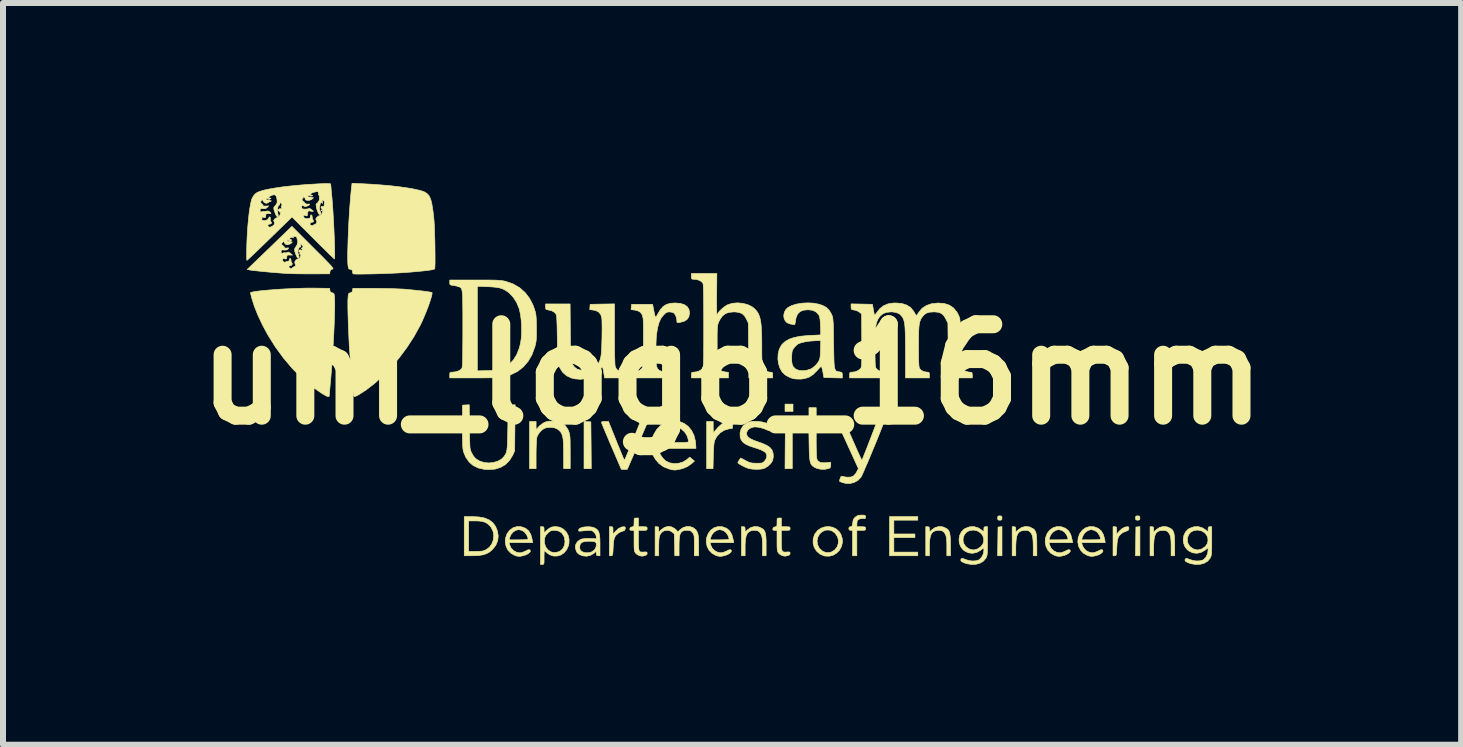
<source format=kicad_pcb>
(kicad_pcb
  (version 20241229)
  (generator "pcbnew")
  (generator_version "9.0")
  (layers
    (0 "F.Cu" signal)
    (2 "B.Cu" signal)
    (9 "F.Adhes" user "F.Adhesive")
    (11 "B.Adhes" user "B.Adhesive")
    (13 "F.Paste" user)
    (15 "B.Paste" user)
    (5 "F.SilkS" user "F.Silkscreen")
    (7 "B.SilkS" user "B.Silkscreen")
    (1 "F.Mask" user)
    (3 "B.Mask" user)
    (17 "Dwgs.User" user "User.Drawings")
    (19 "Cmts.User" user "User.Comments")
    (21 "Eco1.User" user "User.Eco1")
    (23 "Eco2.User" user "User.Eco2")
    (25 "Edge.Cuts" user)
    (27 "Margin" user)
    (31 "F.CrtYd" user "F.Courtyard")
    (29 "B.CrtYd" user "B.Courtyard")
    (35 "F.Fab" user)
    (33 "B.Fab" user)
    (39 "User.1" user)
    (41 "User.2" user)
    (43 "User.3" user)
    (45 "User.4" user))
  (footprint "uni_logo_16mm"
    (layer "F.Cu")
    (at 9.151 3.189)
    (property "Reference" "uni_logo_16mm" (at 0 0 0) (layer "F.SilkS") (effects (font (size 1.524 1.524) (thickness 0.3))))
    (attr through_hole)
    (fp_poly (pts (xy -2.346 0.617) (xy -2.48 0.617) (xy -2.48 0.496) (xy -2.346 0.496) (xy -2.346 0.617)) (stroke (width 0.01) (type solid)) (fill yes) (layer "F.SilkS"))
    (fp_poly (pts (xy 1.016 0.617) (xy 0.883 0.617) (xy 0.883 0.496) (xy 1.016 0.496) (xy 1.016 0.617)) (stroke (width 0.01) (type solid)) (fill yes) (layer "F.SilkS"))
    (fp_poly (pts (xy -7.31 -2.282) (xy -7.311 -2.275) (xy -7.318 -2.274) (xy -7.328 -2.278) (xy -7.326 -2.282) (xy -7.311 -2.283) (xy -7.31 -2.282)) (stroke (width 0.01) (type solid)) (fill yes) (layer "F.SilkS"))
    (fp_poly (pts (xy -6.838 -2.742) (xy -6.836 -2.727) (xy -6.838 -2.725) (xy -6.845 -2.727) (xy -6.846 -2.734) (xy -6.841 -2.743) (xy -6.838 -2.742)) (stroke (width 0.01) (type solid)) (fill yes) (layer "F.SilkS"))
    (fp_poly (pts (xy -2.41 0.789) (xy -2.353 0.792) (xy -2.349 1.182) (xy -2.346 1.572) (xy -2.467 1.572) (xy -2.467 0.785) (xy -2.41 0.789)) (stroke (width 0.01) (type solid)) (fill yes) (layer "F.SilkS"))
    (fp_poly (pts (xy 1.004 1.572) (xy 0.883 1.572) (xy 0.886 1.182) (xy 0.889 0.792) (xy 0.946 0.789) (xy 1.004 0.785) (xy 1.004 1.572)) (stroke (width 0.01) (type solid)) (fill yes) (layer "F.SilkS"))
    (fp_poly (pts (xy 4.499 3.024) (xy 4.426 3.024) (xy 4.43 2.785) (xy 4.433 2.546) (xy 4.466 2.542) (xy 4.499 2.538) (xy 4.499 3.024)) (stroke (width 0.01) (type solid)) (fill yes) (layer "F.SilkS"))
    (fp_poly (pts (xy 6.798 3.024) (xy 6.724 3.024) (xy 6.728 2.785) (xy 6.731 2.546) (xy 6.764 2.542) (xy 6.798 2.538) (xy 6.798 3.024)) (stroke (width 0.01) (type solid)) (fill yes) (layer "F.SilkS"))
    (fp_poly (pts (xy 3.096 2.431) (xy 2.697 2.431) (xy 2.697 2.661) (xy 3.048 2.661) (xy 3.048 2.721) (xy 2.697 2.721) (xy 2.697 2.963) (xy 3.096 2.963) (xy 3.096 3.024) (xy 2.625 3.024) (xy 2.625 2.371) (xy 3.096 2.371) (xy 3.096 2.431)) (stroke (width 0.01) (type solid)) (fill yes) (layer "F.SilkS"))
    (fp_poly (pts (xy 4.489 2.362) (xy 4.498 2.376) (xy 4.499 2.395) (xy 4.496 2.421) (xy 4.482 2.43) (xy 4.463 2.431) (xy 4.437 2.428) (xy 4.428 2.414) (xy 4.427 2.395) (xy 4.43 2.369) (xy 4.444 2.36) (xy 4.463 2.359) (xy 4.489 2.362)) (stroke (width 0.01) (type solid)) (fill yes) (layer "F.SilkS"))
    (fp_poly (pts (xy 6.787 2.362) (xy 6.796 2.376) (xy 6.798 2.395) (xy 6.795 2.421) (xy 6.78 2.43) (xy 6.761 2.431) (xy 6.736 2.428) (xy 6.726 2.414) (xy 6.725 2.395) (xy 6.728 2.369) (xy 6.742 2.36) (xy 6.761 2.359) (xy 6.787 2.362)) (stroke (width 0.01) (type solid)) (fill yes) (layer "F.SilkS"))
    (fp_poly (pts (xy -1.996 2.542) (xy -1.987 2.551) (xy -1.984 2.575) (xy -1.984 2.603) (xy -1.984 2.666) (xy -1.946 2.621) (xy -1.896 2.573) (xy -1.844 2.546) (xy -1.808 2.54) (xy -1.785 2.543) (xy -1.779 2.559) (xy -1.78 2.573) (xy -1.788 2.597) (xy -1.809 2.61) (xy -1.825 2.614) (xy -1.884 2.638) (xy -1.934 2.682) (xy -1.952 2.708) (xy -1.963 2.734) (xy -1.971 2.769) (xy -1.977 2.819) (xy -1.981 2.886) (xy -1.984 2.945) (xy -1.987 2.984) (xy -1.991 3.008) (xy -1.997 3.019) (xy -2.006 3.023) (xy -2.016 3.024) (xy -2.044 3.024) (xy -2.044 2.54) (xy -2.014 2.54) (xy -1.996 2.542)) (stroke (width 0.01) (type solid)) (fill yes) (layer "F.SilkS"))
    (fp_poly (pts (xy 6.398 2.542) (xy 6.407 2.551) (xy 6.41 2.575) (xy 6.41 2.603) (xy 6.41 2.666) (xy 6.448 2.621) (xy 6.498 2.573) (xy 6.55 2.546) (xy 6.586 2.54) (xy 6.609 2.543) (xy 6.615 2.559) (xy 6.614 2.573) (xy 6.606 2.597) (xy 6.585 2.61) (xy 6.569 2.614) (xy 6.51 2.638) (xy 6.46 2.682) (xy 6.442 2.708) (xy 6.431 2.734) (xy 6.423 2.769) (xy 6.417 2.819) (xy 6.413 2.886) (xy 6.41 2.945) (xy 6.407 2.984) (xy 6.404 3.008) (xy 6.397 3.019) (xy 6.388 3.023) (xy 6.379 3.024) (xy 6.35 3.024) (xy 6.35 2.54) (xy 6.38 2.54) (xy 6.398 2.542)) (stroke (width 0.01) (type solid)) (fill yes) (layer "F.SilkS"))
    (fp_poly (pts (xy 0.005 0.79) (xy 0.01 0.817) (xy 0.01 0.843) (xy 0.006 0.901) (xy -0.052 0.909) (xy -0.13 0.932) (xy -0.199 0.976) (xy -0.255 1.038) (xy -0.292 1.107) (xy -0.297 1.133) (xy -0.303 1.179) (xy -0.307 1.243) (xy -0.311 1.32) (xy -0.312 1.358) (xy -0.317 1.572) (xy -0.423 1.572) (xy -0.423 0.786) (xy -0.314 0.786) (xy -0.314 0.886) (xy -0.313 0.934) (xy -0.311 0.961) (xy -0.307 0.97) (xy -0.3 0.964) (xy -0.299 0.962) (xy -0.283 0.941) (xy -0.256 0.91) (xy -0.224 0.875) (xy -0.224 0.875) (xy -0.181 0.836) (xy -0.141 0.81) (xy -0.094 0.793) (xy -0.093 0.792) (xy -0.043 0.78) (xy -0.012 0.778) (xy 0.005 0.79)) (stroke (width 0.01) (type solid)) (fill yes) (layer "F.SilkS"))
    (fp_poly (pts (xy 0.442 2.542) (xy 0.504 2.571) (xy 0.528 2.59) (xy 0.545 2.616) (xy 0.556 2.652) (xy 0.564 2.702) (xy 0.568 2.769) (xy 0.568 2.848) (xy 0.568 3.024) (xy 0.508 3.024) (xy 0.508 2.873) (xy 0.507 2.796) (xy 0.503 2.738) (xy 0.495 2.695) (xy 0.482 2.663) (xy 0.464 2.636) (xy 0.457 2.628) (xy 0.429 2.608) (xy 0.39 2.601) (xy 0.378 2.6) (xy 0.325 2.605) (xy 0.285 2.621) (xy 0.255 2.65) (xy 0.235 2.695) (xy 0.223 2.759) (xy 0.218 2.842) (xy 0.218 2.879) (xy 0.218 3.024) (xy 0.157 3.024) (xy 0.157 2.54) (xy 0.187 2.54) (xy 0.208 2.543) (xy 0.216 2.556) (xy 0.218 2.585) (xy 0.218 2.629) (xy 0.257 2.592) (xy 0.314 2.553) (xy 0.376 2.536) (xy 0.442 2.542)) (stroke (width 0.01) (type solid)) (fill yes) (layer "F.SilkS"))
    (fp_poly (pts (xy 3.514 2.542) (xy 3.577 2.571) (xy 3.6 2.59) (xy 3.617 2.616) (xy 3.629 2.652) (xy 3.636 2.702) (xy 3.64 2.769) (xy 3.641 2.848) (xy 3.641 3.024) (xy 3.58 3.024) (xy 3.58 2.873) (xy 3.579 2.796) (xy 3.575 2.738) (xy 3.567 2.695) (xy 3.555 2.663) (xy 3.536 2.636) (xy 3.529 2.628) (xy 3.501 2.608) (xy 3.463 2.601) (xy 3.45 2.6) (xy 3.398 2.605) (xy 3.357 2.621) (xy 3.327 2.65) (xy 3.307 2.695) (xy 3.295 2.759) (xy 3.29 2.842) (xy 3.29 2.879) (xy 3.29 3.024) (xy 3.229 3.024) (xy 3.229 2.54) (xy 3.26 2.54) (xy 3.28 2.543) (xy 3.288 2.556) (xy 3.29 2.585) (xy 3.29 2.629) (xy 3.329 2.592) (xy 3.386 2.553) (xy 3.449 2.536) (xy 3.514 2.542)) (stroke (width 0.01) (type solid)) (fill yes) (layer "F.SilkS"))
    (fp_poly (pts (xy 4.953 2.542) (xy 5.016 2.571) (xy 5.039 2.59) (xy 5.056 2.616) (xy 5.068 2.652) (xy 5.075 2.702) (xy 5.079 2.769) (xy 5.08 2.848) (xy 5.08 3.024) (xy 5.02 3.024) (xy 5.02 2.873) (xy 5.018 2.796) (xy 5.014 2.738) (xy 5.007 2.695) (xy 4.994 2.663) (xy 4.976 2.636) (xy 4.968 2.628) (xy 4.941 2.608) (xy 4.902 2.601) (xy 4.89 2.6) (xy 4.837 2.605) (xy 4.796 2.621) (xy 4.767 2.65) (xy 4.746 2.695) (xy 4.735 2.759) (xy 4.73 2.842) (xy 4.729 2.879) (xy 4.729 3.024) (xy 4.669 3.024) (xy 4.669 2.54) (xy 4.699 2.54) (xy 4.719 2.543) (xy 4.728 2.556) (xy 4.729 2.585) (xy 4.729 2.629) (xy 4.769 2.592) (xy 4.825 2.553) (xy 4.888 2.536) (xy 4.953 2.542)) (stroke (width 0.01) (type solid)) (fill yes) (layer "F.SilkS"))
    (fp_poly (pts (xy 7.251 2.542) (xy 7.314 2.571) (xy 7.337 2.59) (xy 7.354 2.616) (xy 7.366 2.652) (xy 7.373 2.702) (xy 7.377 2.769) (xy 7.378 2.848) (xy 7.378 3.024) (xy 7.318 3.024) (xy 7.318 2.873) (xy 7.317 2.796) (xy 7.313 2.738) (xy 7.305 2.695) (xy 7.292 2.663) (xy 7.274 2.636) (xy 7.266 2.628) (xy 7.239 2.608) (xy 7.2 2.601) (xy 7.188 2.6) (xy 7.135 2.605) (xy 7.094 2.621) (xy 7.065 2.65) (xy 7.045 2.695) (xy 7.033 2.759) (xy 7.028 2.842) (xy 7.027 2.879) (xy 7.027 3.024) (xy 6.967 3.024) (xy 6.967 2.54) (xy 6.997 2.54) (xy 7.017 2.543) (xy 7.026 2.556) (xy 7.027 2.585) (xy 7.027 2.629) (xy 7.067 2.592) (xy 7.123 2.553) (xy 7.186 2.536) (xy 7.251 2.542)) (stroke (width 0.01) (type solid)) (fill yes) (layer "F.SilkS"))
    (fp_poly (pts (xy -1.42 0.828) (xy -1.429 0.849) (xy -1.447 0.89) (xy -1.471 0.947) (xy -1.501 1.016) (xy -1.535 1.096) (xy -1.573 1.183) (xy -1.592 1.228) (xy -1.746 1.584) (xy -1.845 1.584) (xy -2.006 1.209) (xy -2.045 1.119) (xy -2.08 1.035) (xy -2.112 0.96) (xy -2.138 0.898) (xy -2.158 0.85) (xy -2.17 0.819) (xy -2.174 0.81) (xy -2.175 0.796) (xy -2.165 0.789) (xy -2.138 0.786) (xy -2.12 0.786) (xy -2.059 0.786) (xy -1.941 1.079) (xy -1.909 1.16) (xy -1.878 1.234) (xy -1.852 1.299) (xy -1.83 1.352) (xy -1.815 1.388) (xy -1.808 1.403) (xy -1.792 1.433) (xy -1.779 1.403) (xy -1.771 1.384) (xy -1.755 1.346) (xy -1.733 1.292) (xy -1.705 1.226) (xy -1.675 1.151) (xy -1.647 1.083) (xy -1.529 0.792) (xy -1.465 0.789) (xy -1.402 0.785) (xy -1.42 0.828)) (stroke (width 0.01) (type solid)) (fill yes) (layer "F.SilkS"))
    (fp_poly (pts (xy -4.218 2.377) (xy -4.123 2.395) (xy -4.046 2.428) (xy -3.986 2.474) (xy -3.941 2.536) (xy -3.912 2.607) (xy -3.897 2.694) (xy -3.906 2.774) (xy -3.938 2.85) (xy -3.993 2.919) (xy -3.996 2.922) (xy -4.043 2.962) (xy -4.094 2.99) (xy -4.154 3.009) (xy -4.226 3.02) (xy -4.317 3.024) (xy -4.334 3.024) (xy -4.463 3.024) (xy -4.463 2.443) (xy -4.391 2.443) (xy -4.391 2.951) (xy -4.272 2.951) (xy -4.212 2.95) (xy -4.17 2.947) (xy -4.138 2.94) (xy -4.109 2.928) (xy -4.099 2.923) (xy -4.043 2.881) (xy -4.002 2.824) (xy -3.978 2.758) (xy -3.971 2.688) (xy -3.983 2.618) (xy -4.013 2.554) (xy -4.03 2.533) (xy -4.071 2.493) (xy -4.113 2.467) (xy -4.164 2.451) (xy -4.23 2.444) (xy -4.275 2.443) (xy -4.391 2.443) (xy -4.463 2.443) (xy -4.463 2.371) (xy -4.332 2.371) (xy -4.218 2.377)) (stroke (width 0.01) (type solid)) (fill yes) (layer "F.SilkS"))
    (fp_poly (pts (xy 1.403 0.785) (xy 1.527 0.789) (xy 1.651 0.792) (xy 1.658 0.895) (xy 1.403 0.895) (xy 1.403 1.142) (xy 1.404 1.237) (xy 1.406 1.314) (xy 1.409 1.372) (xy 1.413 1.408) (xy 1.416 1.419) (xy 1.438 1.45) (xy 1.472 1.468) (xy 1.522 1.474) (xy 1.566 1.473) (xy 1.645 1.466) (xy 1.645 1.512) (xy 1.642 1.544) (xy 1.631 1.561) (xy 1.607 1.571) (xy 1.54 1.584) (xy 1.468 1.581) (xy 1.402 1.563) (xy 1.39 1.557) (xy 1.361 1.541) (xy 1.337 1.522) (xy 1.319 1.5) (xy 1.306 1.469) (xy 1.297 1.428) (xy 1.291 1.373) (xy 1.287 1.301) (xy 1.285 1.209) (xy 1.284 1.164) (xy 1.28 0.895) (xy 1.172 0.895) (xy 1.176 0.844) (xy 1.179 0.811) (xy 1.188 0.796) (xy 1.21 0.79) (xy 1.231 0.789) (xy 1.282 0.785) (xy 1.282 0.556) (xy 1.403 0.556) (xy 1.403 0.785)) (stroke (width 0.01) (type solid)) (fill yes) (layer "F.SilkS"))
    (fp_poly (pts (xy 1.681 2.55) (xy 1.74 2.58) (xy 1.789 2.627) (xy 1.814 2.667) (xy 1.837 2.738) (xy 1.839 2.808) (xy 1.822 2.873) (xy 1.79 2.932) (xy 1.744 2.979) (xy 1.687 3.014) (xy 1.622 3.031) (xy 1.551 3.029) (xy 1.524 3.022) (xy 1.458 2.991) (xy 1.406 2.943) (xy 1.37 2.884) (xy 1.351 2.816) (xy 1.352 2.773) (xy 1.417 2.773) (xy 1.424 2.836) (xy 1.452 2.894) (xy 1.46 2.904) (xy 1.511 2.949) (xy 1.568 2.971) (xy 1.628 2.969) (xy 1.661 2.959) (xy 1.714 2.925) (xy 1.752 2.876) (xy 1.771 2.817) (xy 1.771 2.754) (xy 1.757 2.707) (xy 1.721 2.651) (xy 1.674 2.614) (xy 1.62 2.595) (xy 1.563 2.596) (xy 1.509 2.618) (xy 1.465 2.655) (xy 1.43 2.711) (xy 1.417 2.773) (xy 1.352 2.773) (xy 1.352 2.745) (xy 1.373 2.676) (xy 1.383 2.657) (xy 1.428 2.601) (xy 1.485 2.563) (xy 1.549 2.542) (xy 1.615 2.537) (xy 1.681 2.55)) (stroke (width 0.01) (type solid)) (fill yes) (layer "F.SilkS"))
    (fp_poly (pts (xy 2.197 2.347) (xy 2.217 2.351) (xy 2.224 2.362) (xy 2.226 2.378) (xy 2.222 2.4) (xy 2.208 2.406) (xy 2.193 2.404) (xy 2.155 2.403) (xy 2.117 2.414) (xy 2.092 2.433) (xy 2.09 2.435) (xy 2.084 2.456) (xy 2.081 2.489) (xy 2.081 2.495) (xy 2.08 2.54) (xy 2.153 2.54) (xy 2.193 2.541) (xy 2.215 2.544) (xy 2.224 2.553) (xy 2.226 2.569) (xy 2.226 2.57) (xy 2.224 2.587) (xy 2.216 2.596) (xy 2.195 2.6) (xy 2.155 2.6) (xy 2.08 2.6) (xy 2.08 3.024) (xy 2.008 3.024) (xy 2.008 2.6) (xy 1.978 2.6) (xy 1.955 2.595) (xy 1.947 2.576) (xy 1.947 2.57) (xy 1.952 2.547) (xy 1.972 2.54) (xy 1.976 2.54) (xy 1.993 2.537) (xy 2.003 2.526) (xy 2.008 2.499) (xy 2.011 2.477) (xy 2.018 2.434) (xy 2.032 2.404) (xy 2.055 2.38) (xy 2.083 2.36) (xy 2.112 2.349) (xy 2.153 2.346) (xy 2.159 2.346) (xy 2.197 2.347)) (stroke (width 0.01) (type solid)) (fill yes) (layer "F.SilkS"))
    (fp_poly (pts (xy -2.906 0.788) (xy -2.835 0.813) (xy -2.779 0.855) (xy -2.737 0.916) (xy -2.721 0.952) (xy -2.714 0.975) (xy -2.708 1) (xy -2.703 1.029) (xy -2.7 1.068) (xy -2.698 1.118) (xy -2.698 1.184) (xy -2.697 1.27) (xy -2.697 1.295) (xy -2.697 1.572) (xy -2.806 1.572) (xy -2.807 1.346) (xy -2.808 1.24) (xy -2.81 1.156) (xy -2.815 1.089) (xy -2.823 1.038) (xy -2.836 0.998) (xy -2.852 0.967) (xy -2.875 0.941) (xy -2.903 0.918) (xy -2.915 0.91) (xy -2.961 0.891) (xy -3.019 0.883) (xy -3.079 0.887) (xy -3.124 0.899) (xy -3.169 0.928) (xy -3.211 0.972) (xy -3.243 1.022) (xy -3.253 1.049) (xy -3.257 1.075) (xy -3.26 1.121) (xy -3.263 1.182) (xy -3.265 1.253) (xy -3.266 1.329) (xy -3.266 1.333) (xy -3.266 1.572) (xy -3.375 1.572) (xy -3.375 0.786) (xy -3.266 0.786) (xy -3.266 0.856) (xy -3.265 0.925) (xy -3.234 0.886) (xy -3.205 0.856) (xy -3.166 0.826) (xy -3.147 0.813) (xy -3.114 0.796) (xy -3.083 0.786) (xy -3.045 0.781) (xy -2.994 0.78) (xy -2.906 0.788)) (stroke (width 0.01) (type solid)) (fill yes) (layer "F.SilkS"))
    (fp_poly (pts (xy -6.949 -1.437) (xy -6.707 -1.433) (xy -6.703 -1.4) (xy -6.694 -1.373) (xy -6.669 -1.36) (xy -6.665 -1.359) (xy -6.646 -1.354) (xy -6.635 -1.342) (xy -6.629 -1.32) (xy -6.625 -1.279) (xy -6.625 -1.278) (xy -6.623 -1.224) (xy -6.622 -1.149) (xy -6.624 -1.056) (xy -6.627 -0.948) (xy -6.631 -0.827) (xy -6.637 -0.697) (xy -6.644 -0.56) (xy -6.652 -0.42) (xy -6.661 -0.279) (xy -6.671 -0.14) (xy -6.682 -0.007) (xy -6.692 0.119) (xy -6.695 0.145) (xy -6.701 0.211) (xy -6.706 0.27) (xy -6.71 0.317) (xy -6.712 0.346) (xy -6.713 0.354) (xy -6.716 0.369) (xy -6.729 0.373) (xy -6.754 0.365) (xy -6.793 0.344) (xy -6.834 0.32) (xy -7.003 0.203) (xy -7.167 0.065) (xy -7.325 -0.093) (xy -7.474 -0.269) (xy -7.613 -0.459) (xy -7.74 -0.662) (xy -7.826 -0.823) (xy -7.903 -0.987) (xy -7.963 -1.137) (xy -8.005 -1.271) (xy -8.028 -1.361) (xy -8.003 -1.369) (xy -7.965 -1.378) (xy -7.907 -1.386) (xy -7.832 -1.395) (xy -7.742 -1.403) (xy -7.641 -1.411) (xy -7.533 -1.419) (xy -7.42 -1.425) (xy -7.307 -1.43) (xy -7.196 -1.434) (xy -7.091 -1.437) (xy -6.995 -1.437) (xy -6.949 -1.437)) (stroke (width 0.01) (type solid)) (fill yes) (layer "F.SilkS"))
    (fp_poly (pts (xy -1.56 2.54) (xy -1.488 2.54) (xy -1.447 2.541) (xy -1.426 2.544) (xy -1.417 2.553) (xy -1.415 2.569) (xy -1.415 2.57) (xy -1.417 2.587) (xy -1.425 2.596) (xy -1.446 2.6) (xy -1.485 2.6) (xy -1.56 2.6) (xy -1.56 2.768) (xy -1.56 2.842) (xy -1.557 2.895) (xy -1.551 2.93) (xy -1.54 2.951) (xy -1.523 2.961) (xy -1.497 2.963) (xy -1.47 2.961) (xy -1.436 2.96) (xy -1.42 2.964) (xy -1.415 2.977) (xy -1.415 2.984) (xy -1.419 3.002) (xy -1.436 3.015) (xy -1.469 3.025) (xy -1.488 3.03) (xy -1.512 3.029) (xy -1.544 3.023) (xy -1.544 3.022) (xy -1.58 3.005) (xy -1.608 2.98) (xy -1.618 2.965) (xy -1.625 2.948) (xy -1.629 2.923) (xy -1.632 2.887) (xy -1.633 2.834) (xy -1.633 2.774) (xy -1.633 2.6) (xy -1.67 2.6) (xy -1.696 2.598) (xy -1.704 2.586) (xy -1.703 2.573) (xy -1.692 2.551) (xy -1.666 2.542) (xy -1.648 2.539) (xy -1.638 2.53) (xy -1.634 2.509) (xy -1.633 2.47) (xy -1.633 2.467) (xy -1.632 2.427) (xy -1.629 2.405) (xy -1.62 2.397) (xy -1.602 2.395) (xy -1.597 2.395) (xy -1.56 2.395) (xy -1.56 2.54)) (stroke (width 0.01) (type solid)) (fill yes) (layer "F.SilkS"))
    (fp_poly (pts (xy 0.822 2.54) (xy 0.895 2.54) (xy 0.935 2.541) (xy 0.957 2.544) (xy 0.966 2.553) (xy 0.968 2.569) (xy 0.968 2.57) (xy 0.966 2.587) (xy 0.958 2.596) (xy 0.937 2.6) (xy 0.898 2.6) (xy 0.822 2.6) (xy 0.822 2.768) (xy 0.823 2.842) (xy 0.825 2.895) (xy 0.831 2.93) (xy 0.842 2.951) (xy 0.86 2.961) (xy 0.886 2.963) (xy 0.913 2.961) (xy 0.947 2.96) (xy 0.963 2.964) (xy 0.967 2.977) (xy 0.968 2.984) (xy 0.963 3.002) (xy 0.947 3.015) (xy 0.913 3.025) (xy 0.895 3.03) (xy 0.871 3.029) (xy 0.839 3.023) (xy 0.838 3.022) (xy 0.803 3.005) (xy 0.775 2.98) (xy 0.765 2.965) (xy 0.758 2.948) (xy 0.754 2.923) (xy 0.751 2.887) (xy 0.75 2.834) (xy 0.75 2.774) (xy 0.75 2.6) (xy 0.713 2.6) (xy 0.687 2.598) (xy 0.679 2.586) (xy 0.68 2.573) (xy 0.691 2.551) (xy 0.717 2.542) (xy 0.735 2.539) (xy 0.745 2.53) (xy 0.749 2.509) (xy 0.75 2.47) (xy 0.75 2.467) (xy 0.75 2.427) (xy 0.754 2.405) (xy 0.763 2.397) (xy 0.781 2.395) (xy 0.786 2.395) (xy 0.822 2.395) (xy 0.822 2.54)) (stroke (width 0.01) (type solid)) (fill yes) (layer "F.SilkS"))
    (fp_poly (pts (xy -3.623 1.276) (xy -3.656 1.349) (xy -3.709 1.435) (xy -3.776 1.503) (xy -3.857 1.551) (xy -3.951 1.58) (xy -4.058 1.588) (xy -4.131 1.583) (xy -4.231 1.561) (xy -4.315 1.52) (xy -4.383 1.461) (xy -4.437 1.383) (xy -4.47 1.306) (xy -4.477 1.285) (xy -4.482 1.262) (xy -4.486 1.234) (xy -4.489 1.198) (xy -4.491 1.151) (xy -4.492 1.09) (xy -4.493 1.012) (xy -4.493 0.914) (xy -4.493 0.877) (xy -4.493 0.514) (xy -4.38 0.507) (xy -4.376 0.873) (xy -4.375 0.977) (xy -4.374 1.06) (xy -4.372 1.125) (xy -4.37 1.175) (xy -4.368 1.212) (xy -4.364 1.24) (xy -4.36 1.261) (xy -4.353 1.28) (xy -4.346 1.298) (xy -4.345 1.3) (xy -4.312 1.359) (xy -4.276 1.402) (xy -4.227 1.435) (xy -4.203 1.447) (xy -4.132 1.47) (xy -4.054 1.477) (xy -3.977 1.469) (xy -3.905 1.448) (xy -3.844 1.414) (xy -3.806 1.377) (xy -3.79 1.354) (xy -3.776 1.333) (xy -3.765 1.31) (xy -3.757 1.283) (xy -3.751 1.248) (xy -3.746 1.203) (xy -3.743 1.145) (xy -3.741 1.071) (xy -3.739 0.978) (xy -3.737 0.889) (xy -3.731 0.514) (xy -3.673 0.51) (xy -3.615 0.507) (xy -3.623 1.276)) (stroke (width 0.01) (type solid)) (fill yes) (layer "F.SilkS"))
    (fp_poly (pts (xy -3.516 2.54) (xy -3.506 2.542) (xy -3.44 2.567) (xy -3.389 2.61) (xy -3.353 2.672) (xy -3.331 2.754) (xy -3.331 2.755) (xy -3.323 2.806) (xy -3.716 2.806) (xy -3.708 2.839) (xy -3.684 2.894) (xy -3.642 2.938) (xy -3.589 2.966) (xy -3.537 2.975) (xy -3.504 2.97) (xy -3.463 2.955) (xy -3.442 2.945) (xy -3.405 2.927) (xy -3.382 2.922) (xy -3.367 2.928) (xy -3.36 2.946) (xy -3.373 2.968) (xy -3.401 2.991) (xy -3.442 3.011) (xy -3.464 3.018) (xy -3.514 3.031) (xy -3.553 3.034) (xy -3.591 3.028) (xy -3.621 3.018) (xy -3.684 2.983) (xy -3.734 2.932) (xy -3.766 2.868) (xy -3.78 2.796) (xy -3.777 2.758) (xy -3.716 2.758) (xy -3.557 2.758) (xy -3.489 2.757) (xy -3.441 2.755) (xy -3.413 2.751) (xy -3.4 2.746) (xy -3.399 2.743) (xy -3.404 2.723) (xy -3.416 2.691) (xy -3.422 2.678) (xy -3.454 2.633) (xy -3.501 2.601) (xy -3.553 2.589) (xy -3.558 2.588) (xy -3.604 2.6) (xy -3.649 2.629) (xy -3.685 2.672) (xy -3.707 2.723) (xy -3.708 2.724) (xy -3.716 2.758) (xy -3.777 2.758) (xy -3.774 2.725) (xy -3.748 2.654) (xy -3.705 2.598) (xy -3.65 2.558) (xy -3.586 2.538) (xy -3.516 2.54)) (stroke (width 0.01) (type solid)) (fill yes) (layer "F.SilkS"))
    (fp_poly (pts (xy -0.165 2.54) (xy -0.155 2.542) (xy -0.089 2.567) (xy -0.039 2.61) (xy -0.003 2.672) (xy 0.019 2.754) (xy 0.019 2.755) (xy 0.027 2.806) (xy -0.365 2.806) (xy -0.358 2.839) (xy -0.333 2.894) (xy -0.291 2.938) (xy -0.238 2.966) (xy -0.186 2.975) (xy -0.154 2.97) (xy -0.113 2.955) (xy -0.091 2.945) (xy -0.055 2.927) (xy -0.032 2.922) (xy -0.016 2.928) (xy -0.01 2.946) (xy -0.022 2.968) (xy -0.051 2.991) (xy -0.092 3.011) (xy -0.113 3.018) (xy -0.164 3.031) (xy -0.203 3.034) (xy -0.241 3.028) (xy -0.271 3.018) (xy -0.334 2.983) (xy -0.383 2.932) (xy -0.416 2.868) (xy -0.43 2.796) (xy -0.427 2.758) (xy -0.365 2.758) (xy -0.207 2.758) (xy -0.138 2.757) (xy -0.091 2.755) (xy -0.062 2.751) (xy -0.05 2.746) (xy -0.049 2.743) (xy -0.054 2.723) (xy -0.066 2.691) (xy -0.071 2.678) (xy -0.104 2.633) (xy -0.15 2.601) (xy -0.203 2.589) (xy -0.207 2.588) (xy -0.254 2.6) (xy -0.298 2.629) (xy -0.335 2.672) (xy -0.357 2.723) (xy -0.357 2.724) (xy -0.365 2.758) (xy -0.427 2.758) (xy -0.424 2.725) (xy -0.397 2.654) (xy -0.355 2.598) (xy -0.3 2.558) (xy -0.236 2.538) (xy -0.165 2.54)) (stroke (width 0.01) (type solid)) (fill yes) (layer "F.SilkS"))
    (fp_poly (pts (xy 5.483 2.54) (xy 5.493 2.542) (xy 5.559 2.567) (xy 5.61 2.61) (xy 5.646 2.672) (xy 5.667 2.754) (xy 5.668 2.755) (xy 5.676 2.806) (xy 5.283 2.806) (xy 5.291 2.839) (xy 5.315 2.894) (xy 5.357 2.938) (xy 5.41 2.966) (xy 5.462 2.975) (xy 5.495 2.97) (xy 5.536 2.955) (xy 5.557 2.945) (xy 5.594 2.927) (xy 5.617 2.922) (xy 5.632 2.928) (xy 5.639 2.946) (xy 5.626 2.968) (xy 5.597 2.991) (xy 5.556 3.011) (xy 5.535 3.018) (xy 5.485 3.031) (xy 5.446 3.034) (xy 5.408 3.028) (xy 5.378 3.018) (xy 5.314 2.983) (xy 5.265 2.932) (xy 5.233 2.868) (xy 5.219 2.796) (xy 5.222 2.758) (xy 5.283 2.758) (xy 5.442 2.758) (xy 5.51 2.757) (xy 5.558 2.755) (xy 5.586 2.751) (xy 5.599 2.746) (xy 5.6 2.743) (xy 5.595 2.723) (xy 5.583 2.691) (xy 5.577 2.678) (xy 5.545 2.633) (xy 5.498 2.601) (xy 5.445 2.589) (xy 5.441 2.588) (xy 5.395 2.6) (xy 5.35 2.629) (xy 5.314 2.672) (xy 5.291 2.723) (xy 5.291 2.724) (xy 5.283 2.758) (xy 5.222 2.758) (xy 5.225 2.725) (xy 5.251 2.654) (xy 5.294 2.598) (xy 5.349 2.558) (xy 5.413 2.538) (xy 5.483 2.54)) (stroke (width 0.01) (type solid)) (fill yes) (layer "F.SilkS"))
    (fp_poly (pts (xy 6.027 2.54) (xy 6.037 2.542) (xy 6.103 2.567) (xy 6.154 2.61) (xy 6.19 2.672) (xy 6.212 2.754) (xy 6.212 2.755) (xy 6.22 2.806) (xy 5.827 2.806) (xy 5.835 2.839) (xy 5.86 2.894) (xy 5.901 2.938) (xy 5.955 2.966) (xy 6.007 2.975) (xy 6.039 2.97) (xy 6.08 2.955) (xy 6.102 2.945) (xy 6.138 2.927) (xy 6.161 2.922) (xy 6.176 2.928) (xy 6.183 2.946) (xy 6.17 2.968) (xy 6.142 2.991) (xy 6.101 3.011) (xy 6.079 3.018) (xy 6.029 3.031) (xy 5.99 3.034) (xy 5.952 3.028) (xy 5.922 3.018) (xy 5.859 2.983) (xy 5.81 2.932) (xy 5.777 2.868) (xy 5.763 2.796) (xy 5.766 2.758) (xy 5.827 2.758) (xy 5.986 2.758) (xy 6.055 2.757) (xy 6.102 2.755) (xy 6.13 2.751) (xy 6.143 2.746) (xy 6.144 2.743) (xy 6.139 2.723) (xy 6.127 2.691) (xy 6.121 2.678) (xy 6.089 2.633) (xy 6.043 2.601) (xy 5.99 2.589) (xy 5.985 2.588) (xy 5.939 2.6) (xy 5.894 2.629) (xy 5.858 2.672) (xy 5.836 2.723) (xy 5.835 2.724) (xy 5.827 2.758) (xy 5.766 2.758) (xy 5.769 2.725) (xy 5.795 2.654) (xy 5.838 2.598) (xy 5.893 2.558) (xy 5.957 2.538) (xy 6.027 2.54)) (stroke (width 0.01) (type solid)) (fill yes) (layer "F.SilkS"))
    (fp_poly (pts (xy -1.012 2.541) (xy -0.958 2.569) (xy -0.937 2.588) (xy -0.902 2.625) (xy -0.865 2.589) (xy -0.813 2.553) (xy -0.755 2.536) (xy -0.698 2.538) (xy -0.645 2.557) (xy -0.601 2.594) (xy -0.58 2.629) (xy -0.57 2.654) (xy -0.564 2.683) (xy -0.56 2.721) (xy -0.557 2.773) (xy -0.557 2.843) (xy -0.557 2.851) (xy -0.556 3.024) (xy -0.629 3.024) (xy -0.629 2.849) (xy -0.629 2.781) (xy -0.63 2.732) (xy -0.632 2.699) (xy -0.637 2.676) (xy -0.644 2.659) (xy -0.655 2.644) (xy -0.66 2.638) (xy -0.685 2.613) (xy -0.712 2.603) (xy -0.746 2.6) (xy -0.792 2.603) (xy -0.826 2.614) (xy -0.851 2.636) (xy -0.868 2.67) (xy -0.877 2.721) (xy -0.882 2.792) (xy -0.883 2.86) (xy -0.883 3.024) (xy -0.954 3.024) (xy -0.958 2.841) (xy -0.962 2.659) (xy -0.996 2.63) (xy -1.041 2.605) (xy -1.092 2.599) (xy -1.141 2.612) (xy -1.173 2.636) (xy -1.192 2.659) (xy -1.205 2.685) (xy -1.214 2.717) (xy -1.219 2.761) (xy -1.221 2.821) (xy -1.222 2.886) (xy -1.222 3.024) (xy -1.282 3.024) (xy -1.282 2.54) (xy -1.252 2.54) (xy -1.232 2.543) (xy -1.223 2.556) (xy -1.222 2.585) (xy -1.222 2.629) (xy -1.182 2.591) (xy -1.127 2.552) (xy -1.069 2.535) (xy -1.012 2.541)) (stroke (width 0.01) (type solid)) (fill yes) (layer "F.SilkS"))
    (fp_poly (pts (xy -2.871 2.548) (xy -2.812 2.579) (xy -2.765 2.625) (xy -2.732 2.684) (xy -2.716 2.752) (xy -2.719 2.825) (xy -2.726 2.855) (xy -2.756 2.923) (xy -2.8 2.975) (xy -2.854 3.011) (xy -2.915 3.029) (xy -2.978 3.028) (xy -3.04 3.007) (xy -3.087 2.973) (xy -3.11 2.952) (xy -3.126 2.94) (xy -3.128 2.939) (xy -3.13 2.95) (xy -3.132 2.981) (xy -3.133 3.024) (xy -3.133 3.054) (xy -3.133 3.107) (xy -3.134 3.141) (xy -3.138 3.159) (xy -3.146 3.167) (xy -3.158 3.169) (xy -3.163 3.169) (xy -3.193 3.169) (xy -3.193 2.748) (xy -3.127 2.748) (xy -3.126 2.817) (xy -3.105 2.879) (xy -3.065 2.929) (xy -3.012 2.962) (xy -2.97 2.97) (xy -2.92 2.966) (xy -2.874 2.951) (xy -2.861 2.944) (xy -2.819 2.903) (xy -2.793 2.849) (xy -2.784 2.787) (xy -2.793 2.724) (xy -2.804 2.695) (xy -2.838 2.644) (xy -2.884 2.614) (xy -2.944 2.601) (xy -2.962 2.6) (xy -3.001 2.603) (xy -3.029 2.612) (xy -3.057 2.634) (xy -3.07 2.646) (xy -3.103 2.682) (xy -3.12 2.719) (xy -3.127 2.748) (xy -3.193 2.748) (xy -3.193 2.54) (xy -3.163 2.54) (xy -3.144 2.542) (xy -3.135 2.554) (xy -3.133 2.582) (xy -3.133 2.591) (xy -3.133 2.642) (xy -3.093 2.604) (xy -3.047 2.566) (xy -3.004 2.545) (xy -2.956 2.538) (xy -2.939 2.537) (xy -2.871 2.548)) (stroke (width 0.01) (type solid)) (fill yes) (layer "F.SilkS"))
    (fp_poly (pts (xy -5.963 -1.433) (xy -5.861 -1.432) (xy -5.758 -1.43) (xy -5.657 -1.428) (xy -5.565 -1.424) (xy -5.488 -1.421) (xy -5.431 -1.417) (xy -5.352 -1.409) (xy -5.272 -1.401) (xy -5.197 -1.393) (xy -5.128 -1.385) (xy -5.071 -1.377) (xy -5.028 -1.37) (xy -5.004 -1.365) (xy -5 -1.364) (xy -4.999 -1.347) (xy -5.006 -1.311) (xy -5.02 -1.261) (xy -5.04 -1.198) (xy -5.065 -1.128) (xy -5.094 -1.053) (xy -5.125 -0.977) (xy -5.157 -0.903) (xy -5.189 -0.834) (xy -5.199 -0.814) (xy -5.299 -0.633) (xy -5.413 -0.456) (xy -5.539 -0.286) (xy -5.673 -0.126) (xy -5.813 0.02) (xy -5.957 0.151) (xy -6.101 0.262) (xy -6.195 0.323) (xy -6.242 0.351) (xy -6.273 0.366) (xy -6.292 0.37) (xy -6.302 0.364) (xy -6.307 0.349) (xy -6.31 0.327) (xy -6.315 0.285) (xy -6.321 0.225) (xy -6.328 0.152) (xy -6.336 0.069) (xy -6.344 -0.021) (xy -6.352 -0.114) (xy -6.359 -0.206) (xy -6.366 -0.294) (xy -6.372 -0.375) (xy -6.374 -0.399) (xy -6.38 -0.491) (xy -6.385 -0.592) (xy -6.39 -0.699) (xy -6.395 -0.807) (xy -6.398 -0.913) (xy -6.401 -1.013) (xy -6.403 -1.102) (xy -6.403 -1.177) (xy -6.403 -1.235) (xy -6.401 -1.26) (xy -6.398 -1.307) (xy -6.394 -1.335) (xy -6.386 -1.349) (xy -6.373 -1.356) (xy -6.361 -1.359) (xy -6.335 -1.371) (xy -6.324 -1.396) (xy -6.324 -1.4) (xy -6.32 -1.433) (xy -5.963 -1.433)) (stroke (width 0.01) (type solid)) (fill yes) (layer "F.SilkS"))
    (fp_poly (pts (xy 1.816 0.789) (xy 1.878 0.792) (xy 2.019 1.115) (xy 2.055 1.196) (xy 2.087 1.27) (xy 2.116 1.333) (xy 2.139 1.383) (xy 2.156 1.416) (xy 2.164 1.431) (xy 2.165 1.431) (xy 2.171 1.419) (xy 2.184 1.387) (xy 2.203 1.338) (xy 2.228 1.275) (xy 2.257 1.202) (xy 2.288 1.12) (xy 2.293 1.109) (xy 2.414 0.792) (xy 2.471 0.789) (xy 2.509 0.788) (xy 2.526 0.795) (xy 2.528 0.801) (xy 2.523 0.818) (xy 2.51 0.854) (xy 2.49 0.906) (xy 2.464 0.972) (xy 2.434 1.047) (xy 2.4 1.131) (xy 2.364 1.218) (xy 2.327 1.307) (xy 2.291 1.394) (xy 2.256 1.477) (xy 2.223 1.552) (xy 2.195 1.617) (xy 2.172 1.668) (xy 2.156 1.702) (xy 2.148 1.715) (xy 2.1 1.766) (xy 2.036 1.802) (xy 1.966 1.82) (xy 1.899 1.818) (xy 1.858 1.809) (xy 1.821 1.797) (xy 1.797 1.786) (xy 1.79 1.779) (xy 1.794 1.762) (xy 1.803 1.733) (xy 1.804 1.731) (xy 1.816 1.704) (xy 1.831 1.699) (xy 1.837 1.7) (xy 1.86 1.706) (xy 1.897 1.712) (xy 1.923 1.714) (xy 1.98 1.712) (xy 2.024 1.694) (xy 2.06 1.656) (xy 2.081 1.619) (xy 2.106 1.571) (xy 1.93 1.186) (xy 1.889 1.096) (xy 1.851 1.013) (xy 1.818 0.939) (xy 1.791 0.878) (xy 1.77 0.831) (xy 1.757 0.802) (xy 1.754 0.792) (xy 1.765 0.789) (xy 1.793 0.788) (xy 1.816 0.789)) (stroke (width 0.01) (type solid)) (fill yes) (layer "F.SilkS"))
    (fp_poly (pts (xy -6.152 -3.176) (xy -6 -3.168) (xy -5.852 -3.157) (xy -5.71 -3.145) (xy -5.577 -3.13) (xy -5.455 -3.114) (xy -5.347 -3.097) (xy -5.255 -3.078) (xy -5.181 -3.06) (xy -5.129 -3.041) (xy -5.116 -3.034) (xy -5.085 -3.014) (xy -5.059 -2.988) (xy -5.038 -2.953) (xy -5.02 -2.909) (xy -5.005 -2.85) (xy -4.992 -2.775) (xy -4.979 -2.68) (xy -4.971 -2.607) (xy -4.967 -2.561) (xy -4.963 -2.5) (xy -4.96 -2.426) (xy -4.957 -2.344) (xy -4.954 -2.255) (xy -4.952 -2.165) (xy -4.951 -2.076) (xy -4.95 -1.991) (xy -4.95 -1.915) (xy -4.95 -1.849) (xy -4.952 -1.799) (xy -4.954 -1.767) (xy -4.956 -1.757) (xy -4.973 -1.749) (xy -5.012 -1.741) (xy -5.071 -1.732) (xy -5.15 -1.723) (xy -5.245 -1.714) (xy -5.355 -1.704) (xy -5.479 -1.695) (xy -5.503 -1.693) (xy -5.578 -1.689) (xy -5.662 -1.685) (xy -5.752 -1.681) (xy -5.845 -1.678) (xy -5.938 -1.675) (xy -6.028 -1.673) (xy -6.111 -1.672) (xy -6.184 -1.671) (xy -6.244 -1.671) (xy -6.288 -1.672) (xy -6.313 -1.674) (xy -6.317 -1.676) (xy -6.324 -1.694) (xy -6.326 -1.714) (xy -6.332 -1.737) (xy -6.356 -1.748) (xy -6.36 -1.749) (xy -6.38 -1.755) (xy -6.392 -1.767) (xy -6.398 -1.792) (xy -6.402 -1.825) (xy -6.405 -1.872) (xy -6.406 -1.941) (xy -6.406 -2.026) (xy -6.403 -2.126) (xy -6.4 -2.237) (xy -6.395 -2.355) (xy -6.39 -2.478) (xy -6.383 -2.601) (xy -6.376 -2.722) (xy -6.367 -2.837) (xy -6.359 -2.944) (xy -6.35 -3.038) (xy -6.349 -3.052) (xy -6.334 -3.184) (xy -6.152 -3.176)) (stroke (width 0.01) (type solid)) (fill yes) (layer "F.SilkS"))
    (fp_poly (pts (xy -2.373 2.541) (xy -2.324 2.548) (xy -2.286 2.562) (xy -2.256 2.581) (xy -2.234 2.604) (xy -2.219 2.635) (xy -2.209 2.678) (xy -2.203 2.736) (xy -2.201 2.813) (xy -2.201 2.845) (xy -2.201 3.024) (xy -2.232 3.024) (xy -2.253 3.02) (xy -2.261 3.004) (xy -2.262 2.986) (xy -2.262 2.949) (xy -2.298 2.98) (xy -2.358 3.016) (xy -2.424 3.032) (xy -2.489 3.025) (xy -2.492 3.024) (xy -2.545 3.003) (xy -2.58 2.974) (xy -2.594 2.951) (xy -2.611 2.896) (xy -2.61 2.879) (xy -2.54 2.879) (xy -2.535 2.917) (xy -2.516 2.943) (xy -2.508 2.95) (xy -2.467 2.969) (xy -2.416 2.975) (xy -2.363 2.968) (xy -2.335 2.957) (xy -2.29 2.923) (xy -2.266 2.876) (xy -2.262 2.841) (xy -2.264 2.815) (xy -2.274 2.798) (xy -2.295 2.788) (xy -2.331 2.784) (xy -2.387 2.782) (xy -2.396 2.782) (xy -2.461 2.787) (xy -2.505 2.803) (xy -2.53 2.831) (xy -2.54 2.872) (xy -2.54 2.879) (xy -2.61 2.879) (xy -2.607 2.842) (xy -2.582 2.796) (xy -2.547 2.765) (xy -2.504 2.745) (xy -2.446 2.736) (xy -2.371 2.736) (xy -2.363 2.736) (xy -2.262 2.741) (xy -2.262 2.706) (xy -2.274 2.666) (xy -2.298 2.635) (xy -2.319 2.616) (xy -2.337 2.605) (xy -2.361 2.601) (xy -2.397 2.602) (xy -2.422 2.604) (xy -2.469 2.608) (xy -2.509 2.612) (xy -2.534 2.614) (xy -2.534 2.615) (xy -2.554 2.611) (xy -2.558 2.594) (xy -2.547 2.574) (xy -2.518 2.558) (xy -2.475 2.546) (xy -2.425 2.541) (xy -2.373 2.541)) (stroke (width 0.01) (type solid)) (fill yes) (layer "F.SilkS"))
    (fp_poly (pts (xy -0.873 0.788) (xy -0.797 0.819) (xy -0.73 0.868) (xy -0.676 0.934) (xy -0.635 1.015) (xy -0.612 1.108) (xy -0.608 1.14) (xy -0.601 1.234) (xy -1.222 1.234) (xy -1.221 1.261) (xy -1.212 1.299) (xy -1.19 1.345) (xy -1.158 1.391) (xy -1.121 1.43) (xy -1.104 1.444) (xy -1.04 1.475) (xy -0.967 1.488) (xy -0.891 1.483) (xy -0.818 1.461) (xy -0.755 1.423) (xy -0.752 1.42) (xy -0.705 1.38) (xy -0.626 1.446) (xy -0.67 1.485) (xy -0.743 1.537) (xy -0.824 1.571) (xy -0.876 1.583) (xy -0.924 1.592) (xy -0.958 1.595) (xy -0.988 1.592) (xy -1.025 1.584) (xy -1.051 1.577) (xy -1.142 1.541) (xy -1.219 1.485) (xy -1.28 1.412) (xy -1.309 1.361) (xy -1.323 1.325) (xy -1.331 1.289) (xy -1.335 1.244) (xy -1.337 1.185) (xy -1.336 1.126) (xy -1.334 1.109) (xy -1.222 1.109) (xy -1.222 1.137) (xy -0.974 1.137) (xy -0.89 1.137) (xy -0.827 1.136) (xy -0.782 1.135) (xy -0.753 1.132) (xy -0.736 1.129) (xy -0.728 1.124) (xy -0.726 1.117) (xy -0.734 1.07) (xy -0.754 1.017) (xy -0.784 0.969) (xy -0.79 0.961) (xy -0.845 0.911) (xy -0.907 0.882) (xy -0.973 0.873) (xy -1.039 0.884) (xy -1.1 0.914) (xy -1.154 0.962) (xy -1.191 1.019) (xy -1.208 1.059) (xy -1.219 1.093) (xy -1.222 1.109) (xy -1.334 1.109) (xy -1.332 1.084) (xy -1.323 1.048) (xy -1.31 1.013) (xy -1.305 1.003) (xy -1.257 0.921) (xy -1.198 0.859) (xy -1.131 0.816) (xy -1.043 0.785) (xy -0.956 0.776) (xy -0.873 0.788)) (stroke (width 0.01) (type solid)) (fill yes) (layer "F.SilkS"))
    (fp_poly (pts (xy 4.103 2.559) (xy 4.152 2.59) (xy 4.197 2.626) (xy 4.197 2.583) (xy 4.199 2.554) (xy 4.209 2.542) (xy 4.227 2.54) (xy 4.258 2.54) (xy 4.257 2.779) (xy 4.257 2.861) (xy 4.256 2.923) (xy 4.255 2.969) (xy 4.252 3.002) (xy 4.247 3.026) (xy 4.241 3.045) (xy 4.232 3.063) (xy 4.23 3.066) (xy 4.19 3.113) (xy 4.134 3.147) (xy 4.066 3.166) (xy 3.991 3.169) (xy 3.911 3.156) (xy 3.873 3.143) (xy 3.833 3.125) (xy 3.814 3.108) (xy 3.813 3.089) (xy 3.82 3.075) (xy 3.831 3.068) (xy 3.852 3.071) (xy 3.888 3.085) (xy 3.945 3.103) (xy 4.006 3.111) (xy 4.064 3.108) (xy 4.11 3.095) (xy 4.123 3.088) (xy 4.161 3.046) (xy 4.188 2.992) (xy 4.197 2.936) (xy 4.197 2.891) (xy 4.143 2.932) (xy 4.077 2.969) (xy 4.009 2.983) (xy 3.94 2.975) (xy 3.877 2.944) (xy 3.85 2.923) (xy 3.811 2.872) (xy 3.788 2.812) (xy 3.785 2.771) (xy 3.85 2.771) (xy 3.863 2.821) (xy 3.893 2.867) (xy 3.94 2.904) (xy 3.944 2.906) (xy 3.982 2.92) (xy 4.019 2.927) (xy 4.022 2.927) (xy 4.057 2.921) (xy 4.096 2.908) (xy 4.1 2.906) (xy 4.151 2.869) (xy 4.183 2.824) (xy 4.196 2.775) (xy 4.192 2.724) (xy 4.172 2.677) (xy 4.136 2.638) (xy 4.087 2.609) (xy 4.026 2.596) (xy 4.013 2.596) (xy 3.953 2.606) (xy 3.907 2.632) (xy 3.873 2.672) (xy 3.854 2.719) (xy 3.85 2.771) (xy 3.785 2.771) (xy 3.783 2.748) (xy 3.794 2.684) (xy 3.821 2.628) (xy 3.863 2.583) (xy 3.887 2.568) (xy 3.961 2.541) (xy 4.034 2.538) (xy 4.103 2.559)) (stroke (width 0.01) (type solid)) (fill yes) (layer "F.SilkS"))
    (fp_poly (pts (xy 7.84 2.559) (xy 7.889 2.59) (xy 7.934 2.626) (xy 7.934 2.583) (xy 7.937 2.554) (xy 7.947 2.542) (xy 7.965 2.54) (xy 7.995 2.54) (xy 7.995 2.779) (xy 7.995 2.861) (xy 7.994 2.923) (xy 7.992 2.969) (xy 7.989 3.002) (xy 7.985 3.026) (xy 7.978 3.045) (xy 7.969 3.063) (xy 7.967 3.066) (xy 7.928 3.113) (xy 7.872 3.147) (xy 7.804 3.166) (xy 7.728 3.169) (xy 7.649 3.156) (xy 7.611 3.143) (xy 7.571 3.125) (xy 7.551 3.108) (xy 7.55 3.089) (xy 7.558 3.075) (xy 7.569 3.068) (xy 7.59 3.071) (xy 7.625 3.085) (xy 7.683 3.103) (xy 7.744 3.111) (xy 7.801 3.108) (xy 7.848 3.095) (xy 7.86 3.088) (xy 7.899 3.046) (xy 7.925 2.992) (xy 7.934 2.936) (xy 7.934 2.891) (xy 7.881 2.932) (xy 7.815 2.969) (xy 7.746 2.983) (xy 7.678 2.975) (xy 7.614 2.944) (xy 7.588 2.923) (xy 7.548 2.872) (xy 7.526 2.812) (xy 7.522 2.771) (xy 7.588 2.771) (xy 7.6 2.821) (xy 7.63 2.867) (xy 7.678 2.904) (xy 7.681 2.906) (xy 7.719 2.92) (xy 7.756 2.927) (xy 7.759 2.927) (xy 7.795 2.921) (xy 7.834 2.908) (xy 7.837 2.906) (xy 7.889 2.869) (xy 7.92 2.824) (xy 7.933 2.775) (xy 7.929 2.724) (xy 7.909 2.677) (xy 7.874 2.638) (xy 7.825 2.609) (xy 7.763 2.596) (xy 7.75 2.596) (xy 7.691 2.606) (xy 7.644 2.632) (xy 7.611 2.672) (xy 7.592 2.719) (xy 7.588 2.771) (xy 7.522 2.771) (xy 7.52 2.748) (xy 7.531 2.684) (xy 7.558 2.628) (xy 7.6 2.583) (xy 7.624 2.568) (xy 7.698 2.541) (xy 7.771 2.538) (xy 7.84 2.559)) (stroke (width 0.01) (type solid)) (fill yes) (layer "F.SilkS"))
    (fp_poly (pts (xy 0.501 0.794) (xy 0.58 0.816) (xy 0.643 0.844) (xy 0.663 0.859) (xy 0.667 0.874) (xy 0.657 0.897) (xy 0.638 0.924) (xy 0.625 0.938) (xy 0.61 0.939) (xy 0.585 0.927) (xy 0.583 0.927) (xy 0.531 0.905) (xy 0.471 0.888) (xy 0.413 0.878) (xy 0.366 0.877) (xy 0.359 0.878) (xy 0.308 0.895) (xy 0.268 0.924) (xy 0.246 0.962) (xy 0.242 0.986) (xy 0.249 1.019) (xy 0.27 1.048) (xy 0.309 1.075) (xy 0.367 1.102) (xy 0.432 1.125) (xy 0.516 1.155) (xy 0.58 1.185) (xy 0.627 1.216) (xy 0.659 1.251) (xy 0.666 1.261) (xy 0.684 1.312) (xy 0.688 1.372) (xy 0.678 1.431) (xy 0.673 1.443) (xy 0.644 1.488) (xy 0.6 1.53) (xy 0.55 1.561) (xy 0.523 1.572) (xy 0.47 1.581) (xy 0.404 1.583) (xy 0.338 1.58) (xy 0.281 1.57) (xy 0.271 1.567) (xy 0.232 1.553) (xy 0.19 1.533) (xy 0.15 1.512) (xy 0.117 1.492) (xy 0.099 1.477) (xy 0.097 1.473) (xy 0.103 1.456) (xy 0.119 1.43) (xy 0.121 1.427) (xy 0.145 1.394) (xy 0.227 1.438) (xy 0.27 1.46) (xy 0.305 1.473) (xy 0.34 1.479) (xy 0.385 1.481) (xy 0.409 1.482) (xy 0.459 1.481) (xy 0.491 1.479) (xy 0.512 1.472) (xy 0.529 1.459) (xy 0.545 1.442) (xy 0.574 1.396) (xy 0.579 1.35) (xy 0.568 1.318) (xy 0.542 1.291) (xy 0.492 1.263) (xy 0.418 1.235) (xy 0.375 1.222) (xy 0.291 1.194) (xy 0.228 1.165) (xy 0.184 1.133) (xy 0.154 1.096) (xy 0.137 1.052) (xy 0.136 1.046) (xy 0.133 0.977) (xy 0.151 0.912) (xy 0.187 0.856) (xy 0.24 0.813) (xy 0.277 0.796) (xy 0.342 0.783) (xy 0.419 0.783) (xy 0.501 0.794)) (stroke (width 0.01) (type solid)) (fill yes) (layer "F.SilkS"))
    (fp_poly (pts (xy -0.862 -1.182) (xy -0.794 -1.161) (xy -0.746 -1.127) (xy -0.717 -1.079) (xy -0.709 -1.022) (xy -0.719 -0.962) (xy -0.748 -0.917) (xy -0.796 -0.885) (xy -0.865 -0.866) (xy -0.868 -0.865) (xy -0.9 -0.861) (xy -0.915 -0.864) (xy -0.919 -0.879) (xy -0.919 -0.894) (xy -0.926 -0.94) (xy -0.942 -0.984) (xy -0.965 -1.017) (xy -0.978 -1.027) (xy -1.006 -1.036) (xy -1.044 -1.04) (xy -1.048 -1.04) (xy -1.077 -1.037) (xy -1.102 -1.025) (xy -1.132 -0.999) (xy -1.144 -0.986) (xy -1.185 -0.933) (xy -1.216 -0.865) (xy -1.24 -0.779) (xy -1.257 -0.673) (xy -1.258 -0.667) (xy -1.263 -0.61) (xy -1.266 -0.54) (xy -1.269 -0.464) (xy -1.269 -0.384) (xy -1.269 -0.307) (xy -1.267 -0.238) (xy -1.264 -0.18) (xy -1.259 -0.14) (xy -1.257 -0.13) (xy -1.24 -0.091) (xy -1.21 -0.064) (xy -1.165 -0.048) (xy -1.1 -0.039) (xy -1.016 -0.033) (xy -1.016 0.06) (xy -1.681 0.06) (xy -1.681 0.012) (xy -1.68 -0.019) (xy -1.672 -0.033) (xy -1.653 -0.036) (xy -1.645 -0.036) (xy -1.596 -0.043) (xy -1.549 -0.062) (xy -1.513 -0.088) (xy -1.499 -0.106) (xy -1.493 -0.122) (xy -1.489 -0.15) (xy -1.486 -0.19) (xy -1.483 -0.247) (xy -1.481 -0.321) (xy -1.479 -0.416) (xy -1.478 -0.502) (xy -1.477 -0.597) (xy -1.477 -0.687) (xy -1.477 -0.769) (xy -1.478 -0.838) (xy -1.48 -0.892) (xy -1.481 -0.926) (xy -1.482 -0.93) (xy -1.497 -0.991) (xy -1.527 -1.034) (xy -1.574 -1.06) (xy -1.619 -1.07) (xy -1.683 -1.079) (xy -1.679 -1.123) (xy -1.675 -1.167) (xy -1.324 -1.167) (xy -1.305 -1.069) (xy -1.293 -1.01) (xy -1.284 -0.973) (xy -1.276 -0.956) (xy -1.268 -0.956) (xy -1.257 -0.972) (xy -1.242 -0.999) (xy -1.197 -1.075) (xy -1.149 -1.13) (xy -1.093 -1.165) (xy -1.026 -1.184) (xy -0.948 -1.189) (xy -0.862 -1.182)) (stroke (width 0.01) (type solid)) (fill yes) (layer "F.SilkS"))
    (fp_poly (pts (xy -1.959 -0.675) (xy -1.959 -0.542) (xy -1.958 -0.426) (xy -1.957 -0.326) (xy -1.954 -0.244) (xy -1.952 -0.183) (xy -1.949 -0.143) (xy -1.947 -0.13) (xy -1.927 -0.089) (xy -1.895 -0.061) (xy -1.844 -0.045) (xy -1.816 -0.04) (xy -1.754 -0.033) (xy -1.754 0.06) (xy -2.124 0.06) (xy -2.138 -0.025) (xy -2.147 -0.078) (xy -2.155 -0.109) (xy -2.164 -0.12) (xy -2.173 -0.114) (xy -2.177 -0.109) (xy -2.233 -0.033) (xy -2.301 0.022) (xy -2.383 0.06) (xy -2.429 0.071) (xy -2.528 0.083) (xy -2.622 0.075) (xy -2.681 0.06) (xy -2.759 0.023) (xy -2.822 -0.033) (xy -2.87 -0.107) (xy -2.881 -0.131) (xy -2.888 -0.151) (xy -2.895 -0.171) (xy -2.899 -0.194) (xy -2.903 -0.223) (xy -2.906 -0.261) (xy -2.908 -0.31) (xy -2.909 -0.374) (xy -2.911 -0.456) (xy -2.912 -0.558) (xy -2.912 -0.581) (xy -2.914 -0.699) (xy -2.916 -0.8) (xy -2.919 -0.881) (xy -2.922 -0.942) (xy -2.926 -0.982) (xy -2.929 -0.995) (xy -2.957 -1.032) (xy -3.006 -1.059) (xy -3.059 -1.072) (xy -3.09 -1.078) (xy -3.104 -1.089) (xy -3.108 -1.112) (xy -3.108 -1.126) (xy -3.108 -1.173) (xy -2.699 -1.173) (xy -2.691 -0.224) (xy -2.661 -0.17) (xy -2.626 -0.121) (xy -2.585 -0.089) (xy -2.531 -0.072) (xy -2.46 -0.067) (xy -2.455 -0.067) (xy -2.387 -0.072) (xy -2.334 -0.086) (xy -2.291 -0.112) (xy -2.25 -0.154) (xy -2.228 -0.183) (xy -2.211 -0.214) (xy -2.197 -0.249) (xy -2.187 -0.291) (xy -2.179 -0.345) (xy -2.174 -0.413) (xy -2.171 -0.498) (xy -2.168 -0.602) (xy -2.167 -0.686) (xy -2.166 -0.765) (xy -2.167 -0.835) (xy -2.168 -0.891) (xy -2.17 -0.929) (xy -2.171 -0.94) (xy -2.189 -0.998) (xy -2.224 -1.039) (xy -2.276 -1.064) (xy -2.308 -1.07) (xy -2.372 -1.079) (xy -2.368 -1.123) (xy -2.365 -1.167) (xy -2.162 -1.171) (xy -1.959 -1.174) (xy -1.959 -0.675)) (stroke (width 0.01) (type solid)) (fill yes) (layer "F.SilkS"))
    (fp_poly (pts (xy -0.256 -1.337) (xy -0.257 -1.248) (xy -0.257 -1.168) (xy -0.256 -1.099) (xy -0.255 -1.045) (xy -0.254 -1.008) (xy -0.251 -0.992) (xy -0.251 -0.992) (xy -0.242 -1.001) (xy -0.242 -1.003) (xy -0.233 -1.023) (xy -0.209 -1.053) (xy -0.175 -1.086) (xy -0.136 -1.119) (xy -0.097 -1.146) (xy -0.07 -1.161) (xy 0.007 -1.184) (xy 0.092 -1.191) (xy 0.179 -1.183) (xy 0.261 -1.162) (xy 0.333 -1.127) (xy 0.368 -1.1) (xy 0.4 -1.067) (xy 0.427 -1.032) (xy 0.448 -0.991) (xy 0.464 -0.943) (xy 0.477 -0.884) (xy 0.486 -0.812) (xy 0.491 -0.724) (xy 0.495 -0.618) (xy 0.496 -0.49) (xy 0.496 -0.457) (xy 0.496 -0.338) (xy 0.498 -0.243) (xy 0.501 -0.173) (xy 0.505 -0.126) (xy 0.51 -0.104) (xy 0.535 -0.074) (xy 0.576 -0.05) (xy 0.623 -0.037) (xy 0.64 -0.036) (xy 0.664 -0.034) (xy 0.675 -0.024) (xy 0.677 0.001) (xy 0.677 0.012) (xy 0.677 0.06) (xy 0.28 0.06) (xy 0.272 -0.853) (xy 0.24 -0.921) (xy 0.208 -0.974) (xy 0.17 -1.01) (xy 0.119 -1.031) (xy 0.052 -1.04) (xy 0.024 -1.04) (xy -0.052 -1.033) (xy -0.112 -1.011) (xy -0.161 -0.971) (xy -0.203 -0.911) (xy -0.22 -0.877) (xy -0.228 -0.859) (xy -0.234 -0.841) (xy -0.239 -0.82) (xy -0.243 -0.794) (xy -0.245 -0.759) (xy -0.247 -0.713) (xy -0.248 -0.651) (xy -0.248 -0.572) (xy -0.248 -0.472) (xy -0.248 -0.462) (xy -0.248 -0.107) (xy -0.214 -0.078) (xy -0.173 -0.055) (xy -0.121 -0.041) (xy -0.06 -0.033) (xy -0.06 0.06) (xy -0.677 0.06) (xy -0.677 0.012) (xy -0.676 -0.019) (xy -0.668 -0.033) (xy -0.647 -0.036) (xy -0.635 -0.036) (xy -0.58 -0.044) (xy -0.53 -0.065) (xy -0.494 -0.095) (xy -0.491 -0.098) (xy -0.487 -0.106) (xy -0.484 -0.118) (xy -0.481 -0.136) (xy -0.478 -0.162) (xy -0.476 -0.198) (xy -0.475 -0.246) (xy -0.473 -0.307) (xy -0.473 -0.384) (xy -0.472 -0.478) (xy -0.472 -0.592) (xy -0.472 -0.727) (xy -0.472 -0.806) (xy -0.472 -0.974) (xy -0.473 -1.118) (xy -0.474 -1.239) (xy -0.475 -1.337) (xy -0.477 -1.413) (xy -0.479 -1.468) (xy -0.482 -1.503) (xy -0.485 -1.516) (xy -0.51 -1.546) (xy -0.552 -1.569) (xy -0.603 -1.583) (xy -0.629 -1.584) (xy -0.66 -1.586) (xy -0.674 -1.594) (xy -0.677 -1.616) (xy -0.677 -1.633) (xy -0.677 -1.681) (xy -0.253 -1.681) (xy -0.256 -1.337)) (stroke (width 0.01) (type solid)) (fill yes) (layer "F.SilkS"))
    (fp_poly (pts (xy -4.169 -1.572) (xy -4.076 -1.572) (xy -4.001 -1.571) (xy -3.941 -1.57) (xy -3.894 -1.567) (xy -3.856 -1.564) (xy -3.825 -1.56) (xy -3.797 -1.555) (xy -3.77 -1.549) (xy -3.769 -1.548) (xy -3.648 -1.506) (xy -3.541 -1.444) (xy -3.45 -1.364) (xy -3.375 -1.266) (xy -3.315 -1.15) (xy -3.282 -1.052) (xy -3.273 -1.015) (xy -3.267 -0.974) (xy -3.263 -0.923) (xy -3.261 -0.859) (xy -3.26 -0.776) (xy -3.26 -0.762) (xy -3.26 -0.681) (xy -3.261 -0.619) (xy -3.264 -0.571) (xy -3.269 -0.531) (xy -3.277 -0.495) (xy -3.287 -0.456) (xy -3.288 -0.454) (xy -3.335 -0.326) (xy -3.399 -0.216) (xy -3.479 -0.123) (xy -3.574 -0.049) (xy -3.685 0.006) (xy -3.809 0.041) (xy -3.814 0.042) (xy -3.85 0.048) (xy -3.894 0.052) (xy -3.949 0.056) (xy -4.018 0.058) (xy -4.104 0.059) (xy -4.21 0.06) (xy -4.307 0.06) (xy -4.705 0.06) (xy -4.705 0.012) (xy -4.704 -0.019) (xy -4.696 -0.033) (xy -4.674 -0.036) (xy -4.657 -0.036) (xy -4.603 -0.043) (xy -4.558 -0.058) (xy -4.245 -0.058) (xy -4.067 -0.062) (xy -3.997 -0.064) (xy -3.946 -0.067) (xy -3.908 -0.07) (xy -3.878 -0.076) (xy -3.851 -0.086) (xy -3.822 -0.099) (xy -3.808 -0.106) (xy -3.72 -0.162) (xy -3.647 -0.236) (xy -3.589 -0.328) (xy -3.545 -0.439) (xy -3.525 -0.52) (xy -3.513 -0.603) (xy -3.508 -0.699) (xy -3.508 -0.801) (xy -3.514 -0.903) (xy -3.526 -0.997) (xy -3.543 -1.076) (xy -3.548 -1.095) (xy -3.591 -1.199) (xy -3.648 -1.287) (xy -3.717 -1.358) (xy -3.728 -1.367) (xy -3.774 -1.399) (xy -3.819 -1.422) (xy -3.868 -1.439) (xy -3.926 -1.45) (xy -3.998 -1.457) (xy -4.073 -1.461) (xy -4.245 -1.467) (xy -4.245 -0.058) (xy -4.558 -0.058) (xy -4.554 -0.059) (xy -4.517 -0.083) (xy -4.501 -0.104) (xy -4.498 -0.121) (xy -4.495 -0.155) (xy -4.492 -0.208) (xy -4.49 -0.28) (xy -4.489 -0.373) (xy -4.488 -0.488) (xy -4.487 -0.625) (xy -4.487 -0.766) (xy -4.487 -0.91) (xy -4.487 -1.032) (xy -4.488 -1.133) (xy -4.489 -1.216) (xy -4.49 -1.283) (xy -4.493 -1.335) (xy -4.497 -1.375) (xy -4.502 -1.404) (xy -4.508 -1.424) (xy -4.516 -1.438) (xy -4.526 -1.447) (xy -4.538 -1.454) (xy -4.552 -1.459) (xy -4.556 -1.461) (xy -4.59 -1.471) (xy -4.632 -1.479) (xy -4.648 -1.482) (xy -4.682 -1.487) (xy -4.699 -1.495) (xy -4.705 -1.512) (xy -4.705 -1.531) (xy -4.705 -1.572) (xy -4.284 -1.572) (xy -4.169 -1.572)) (stroke (width 0.01) (type solid)) (fill yes) (layer "F.SilkS"))
    (fp_poly (pts (xy 1.359 -1.186) (xy 1.448 -1.169) (xy 1.511 -1.148) (xy 1.572 -1.114) (xy 1.619 -1.068) (xy 1.657 -1.004) (xy 1.659 -0.998) (xy 1.667 -0.981) (xy 1.673 -0.964) (xy 1.678 -0.944) (xy 1.681 -0.918) (xy 1.684 -0.885) (xy 1.687 -0.84) (xy 1.689 -0.781) (xy 1.69 -0.706) (xy 1.692 -0.612) (xy 1.693 -0.518) (xy 1.695 -0.4) (xy 1.697 -0.304) (xy 1.699 -0.228) (xy 1.702 -0.169) (xy 1.707 -0.124) (xy 1.714 -0.092) (xy 1.723 -0.071) (xy 1.735 -0.057) (xy 1.751 -0.049) (xy 1.771 -0.044) (xy 1.792 -0.041) (xy 1.822 -0.034) (xy 1.835 -0.022) (xy 1.838 0.003) (xy 1.838 0.014) (xy 1.838 0.061) (xy 1.531 0.054) (xy 1.514 -0.039) (xy 1.505 -0.083) (xy 1.496 -0.116) (xy 1.489 -0.132) (xy 1.488 -0.133) (xy 1.476 -0.125) (xy 1.453 -0.102) (xy 1.423 -0.069) (xy 1.415 -0.06) (xy 1.35 0.004) (xy 1.284 0.047) (xy 1.211 0.071) (xy 1.144 0.08) (xy 1.054 0.077) (xy 0.998 0.065) (xy 0.95 0.046) (xy 0.902 0.02) (xy 0.888 0.011) (xy 0.837 -0.037) (xy 0.799 -0.102) (xy 0.775 -0.177) (xy 0.764 -0.257) (xy 0.766 -0.29) (xy 0.994 -0.29) (xy 0.994 -0.218) (xy 1.003 -0.165) (xy 1.021 -0.125) (xy 1.052 -0.095) (xy 1.068 -0.084) (xy 1.117 -0.065) (xy 1.177 -0.06) (xy 1.243 -0.067) (xy 1.306 -0.087) (xy 1.337 -0.103) (xy 1.394 -0.15) (xy 1.433 -0.199) (xy 1.448 -0.225) (xy 1.459 -0.248) (xy 1.465 -0.274) (xy 1.47 -0.309) (xy 1.472 -0.358) (xy 1.474 -0.411) (xy 1.478 -0.564) (xy 1.371 -0.559) (xy 1.292 -0.553) (xy 1.218 -0.542) (xy 1.154 -0.527) (xy 1.106 -0.509) (xy 1.093 -0.502) (xy 1.069 -0.481) (xy 1.041 -0.451) (xy 1.032 -0.44) (xy 1.015 -0.415) (xy 1.004 -0.39) (xy 0.998 -0.358) (xy 0.995 -0.311) (xy 0.994 -0.29) (xy 0.766 -0.29) (xy 0.768 -0.338) (xy 0.786 -0.415) (xy 0.82 -0.481) (xy 0.837 -0.503) (xy 0.888 -0.549) (xy 0.954 -0.586) (xy 1.035 -0.614) (xy 1.135 -0.634) (xy 1.255 -0.646) (xy 1.311 -0.649) (xy 1.478 -0.657) (xy 1.474 -0.804) (xy 1.471 -0.871) (xy 1.466 -0.92) (xy 1.46 -0.954) (xy 1.451 -0.98) (xy 1.445 -0.991) (xy 1.404 -1.037) (xy 1.348 -1.066) (xy 1.274 -1.076) (xy 1.266 -1.076) (xy 1.191 -1.069) (xy 1.134 -1.046) (xy 1.094 -1.006) (xy 1.068 -0.948) (xy 1.058 -0.893) (xy 1.052 -0.853) (xy 1.045 -0.832) (xy 1.035 -0.826) (xy 1.03 -0.827) (xy 1.005 -0.833) (xy 0.97 -0.839) (xy 0.967 -0.84) (xy 0.919 -0.858) (xy 0.886 -0.892) (xy 0.866 -0.936) (xy 0.862 -0.986) (xy 0.873 -1.037) (xy 0.9 -1.084) (xy 0.932 -1.113) (xy 0.996 -1.147) (xy 1.076 -1.171) (xy 1.168 -1.186) (xy 1.264 -1.191) (xy 1.359 -1.186)) (stroke (width 0.01) (type solid)) (fill yes) (layer "F.SilkS"))
    (fp_poly (pts (xy 2.832 -1.18) (xy 2.914 -1.153) (xy 2.98 -1.11) (xy 3.029 -1.048) (xy 3.037 -1.035) (xy 3.054 -1.004) (xy 3.068 -0.984) (xy 3.072 -0.98) (xy 3.081 -0.989) (xy 3.099 -1.013) (xy 3.113 -1.035) (xy 3.168 -1.1) (xy 3.239 -1.147) (xy 3.327 -1.177) (xy 3.43 -1.188) (xy 3.442 -1.188) (xy 3.54 -1.18) (xy 3.622 -1.153) (xy 3.691 -1.106) (xy 3.746 -1.04) (xy 3.772 -0.992) (xy 3.781 -0.973) (xy 3.788 -0.956) (xy 3.793 -0.937) (xy 3.798 -0.913) (xy 3.801 -0.883) (xy 3.803 -0.842) (xy 3.805 -0.788) (xy 3.807 -0.718) (xy 3.809 -0.629) (xy 3.81 -0.526) (xy 3.812 -0.408) (xy 3.815 -0.311) (xy 3.817 -0.236) (xy 3.82 -0.178) (xy 3.824 -0.137) (xy 3.828 -0.111) (xy 3.832 -0.099) (xy 3.86 -0.071) (xy 3.902 -0.049) (xy 3.95 -0.037) (xy 3.967 -0.036) (xy 3.99 -0.034) (xy 4.001 -0.024) (xy 4.003 0.001) (xy 4.004 0.012) (xy 4.004 0.06) (xy 3.606 0.06) (xy 3.602 -0.396) (xy 3.598 -0.853) (xy 3.562 -0.925) (xy 3.53 -0.978) (xy 3.493 -1.012) (xy 3.447 -1.032) (xy 3.385 -1.04) (xy 3.359 -1.04) (xy 3.292 -1.036) (xy 3.242 -1.021) (xy 3.201 -0.992) (xy 3.175 -0.962) (xy 3.156 -0.936) (xy 3.142 -0.91) (xy 3.131 -0.88) (xy 3.122 -0.843) (xy 3.116 -0.796) (xy 3.112 -0.737) (xy 3.11 -0.663) (xy 3.109 -0.569) (xy 3.108 -0.469) (xy 3.109 -0.365) (xy 3.109 -0.283) (xy 3.111 -0.219) (xy 3.113 -0.171) (xy 3.116 -0.137) (xy 3.12 -0.114) (xy 3.126 -0.098) (xy 3.126 -0.097) (xy 3.156 -0.065) (xy 3.201 -0.044) (xy 3.255 -0.036) (xy 3.278 -0.034) (xy 3.287 -0.023) (xy 3.29 0.003) (xy 3.29 0.012) (xy 3.29 0.06) (xy 2.891 0.06) (xy 2.891 -0.366) (xy 2.89 -0.494) (xy 2.889 -0.601) (xy 2.887 -0.688) (xy 2.884 -0.759) (xy 2.88 -0.815) (xy 2.874 -0.86) (xy 2.865 -0.896) (xy 2.855 -0.925) (xy 2.842 -0.949) (xy 2.83 -0.967) (xy 2.792 -1.006) (xy 2.741 -1.029) (xy 2.673 -1.04) (xy 2.646 -1.04) (xy 2.573 -1.033) (xy 2.516 -1.011) (xy 2.47 -0.972) (xy 2.452 -0.949) (xy 2.433 -0.919) (xy 2.418 -0.888) (xy 2.406 -0.852) (xy 2.397 -0.81) (xy 2.39 -0.757) (xy 2.386 -0.691) (xy 2.384 -0.608) (xy 2.383 -0.506) (xy 2.383 -0.447) (xy 2.383 -0.349) (xy 2.384 -0.271) (xy 2.385 -0.213) (xy 2.387 -0.169) (xy 2.39 -0.139) (xy 2.394 -0.118) (xy 2.399 -0.104) (xy 2.402 -0.098) (xy 2.435 -0.068) (xy 2.482 -0.046) (xy 2.533 -0.036) (xy 2.54 -0.036) (xy 2.563 -0.034) (xy 2.574 -0.024) (xy 2.576 0.001) (xy 2.576 0.012) (xy 2.576 0.06) (xy 1.959 0.06) (xy 1.959 0.012) (xy 1.961 -0.019) (xy 1.969 -0.033) (xy 1.99 -0.036) (xy 2.005 -0.036) (xy 2.056 -0.044) (xy 2.104 -0.065) (xy 2.14 -0.094) (xy 2.15 -0.109) (xy 2.154 -0.123) (xy 2.157 -0.149) (xy 2.16 -0.188) (xy 2.162 -0.243) (xy 2.163 -0.314) (xy 2.163 -0.406) (xy 2.162 -0.518) (xy 2.162 -0.573) (xy 2.159 -1.006) (xy 2.126 -1.034) (xy 2.093 -1.054) (xy 2.05 -1.069) (xy 2.038 -1.071) (xy 2.005 -1.077) (xy 1.989 -1.086) (xy 1.984 -1.105) (xy 1.984 -1.127) (xy 1.984 -1.174) (xy 2.162 -1.171) (xy 2.34 -1.167) (xy 2.355 -1.083) (xy 2.363 -1.039) (xy 2.37 -1.005) (xy 2.374 -0.988) (xy 2.374 -0.987) (xy 2.382 -0.99) (xy 2.398 -1.009) (xy 2.412 -1.029) (xy 2.466 -1.097) (xy 2.527 -1.144) (xy 2.599 -1.174) (xy 2.686 -1.188) (xy 2.734 -1.189) (xy 2.832 -1.18)) (stroke (width 0.01) (type solid)) (fill yes) (layer "F.SilkS"))
    (fp_poly (pts (xy -6.982 -2.113) (xy -6.895 -2.026) (xy -6.823 -1.955) (xy -6.767 -1.897) (xy -6.723 -1.852) (xy -6.691 -1.818) (xy -6.669 -1.793) (xy -6.656 -1.775) (xy -6.651 -1.764) (xy -6.652 -1.758) (xy -6.657 -1.755) (xy -6.661 -1.754) (xy -6.688 -1.742) (xy -6.7 -1.717) (xy -6.701 -1.711) (xy -6.707 -1.675) (xy -6.991 -1.674) (xy -7.084 -1.674) (xy -7.18 -1.675) (xy -7.273 -1.676) (xy -7.357 -1.679) (xy -7.424 -1.681) (xy -7.439 -1.682) (xy -7.508 -1.687) (xy -7.588 -1.693) (xy -7.673 -1.7) (xy -7.759 -1.708) (xy -7.842 -1.716) (xy -7.916 -1.724) (xy -7.978 -1.731) (xy -8.024 -1.737) (xy -8.042 -1.74) (xy -8.081 -1.748) (xy -7.758 -2.059) (xy -7.516 -2.059) (xy -7.514 -2.029) (xy -7.514 -2.029) (xy -7.505 -2.015) (xy -7.487 -2.02) (xy -7.485 -2.021) (xy -7.462 -2.028) (xy -7.451 -2.026) (xy -7.432 -2.025) (xy -7.415 -2.032) (xy -7.394 -2.038) (xy -7.373 -2.028) (xy -7.359 -2.016) (xy -7.327 -1.987) (xy -7.374 -1.988) (xy -7.404 -1.988) (xy -7.418 -1.98) (xy -7.421 -1.959) (xy -7.421 -1.953) (xy -7.425 -1.928) (xy -7.437 -1.921) (xy -7.464 -1.929) (xy -7.464 -1.929) (xy -7.483 -1.927) (xy -7.49 -1.914) (xy -7.487 -1.89) (xy -7.473 -1.872) (xy -7.453 -1.868) (xy -7.447 -1.871) (xy -7.426 -1.88) (xy -7.42 -1.882) (xy -7.397 -1.885) (xy -7.393 -1.885) (xy -7.381 -1.897) (xy -7.378 -1.912) (xy -7.372 -1.93) (xy -7.363 -1.932) (xy -7.352 -1.918) (xy -7.351 -1.902) (xy -7.349 -1.878) (xy -7.342 -1.869) (xy -7.332 -1.852) (xy -7.33 -1.838) (xy -7.338 -1.819) (xy -7.357 -1.814) (xy -7.38 -1.807) (xy -7.385 -1.791) (xy -7.381 -1.774) (xy -7.376 -1.773) (xy -7.363 -1.77) (xy -7.36 -1.766) (xy -7.347 -1.762) (xy -7.335 -1.771) (xy -7.308 -1.79) (xy -7.294 -1.796) (xy -7.278 -1.806) (xy -7.277 -1.825) (xy -7.287 -1.854) (xy -7.287 -1.879) (xy -7.27 -1.904) (xy -7.244 -1.921) (xy -7.231 -1.923) (xy -7.209 -1.934) (xy -7.196 -1.954) (xy -7.186 -1.989) (xy -7.188 -2.003) (xy -7.198 -2.001) (xy -7.206 -2.002) (xy -7.203 -2.02) (xy -7.2 -2.039) (xy -7.207 -2.039) (xy -7.219 -2.041) (xy -7.221 -2.049) (xy -7.214 -2.069) (xy -7.198 -2.077) (xy -7.185 -2.069) (xy -7.174 -2.06) (xy -7.166 -2.069) (xy -7.165 -2.086) (xy -7.171 -2.09) (xy -7.177 -2.099) (xy -7.164 -2.111) (xy -7.15 -2.124) (xy -7.152 -2.136) (xy -7.17 -2.155) (xy -7.198 -2.183) (xy -7.19 -2.15) (xy -7.187 -2.127) (xy -7.194 -2.122) (xy -7.198 -2.123) (xy -7.214 -2.117) (xy -7.228 -2.087) (xy -7.229 -2.084) (xy -7.237 -2.046) (xy -7.231 -2.012) (xy -7.226 -1.997) (xy -7.215 -1.962) (xy -7.221 -1.943) (xy -7.233 -1.937) (xy -7.246 -1.947) (xy -7.262 -1.977) (xy -7.273 -2.005) (xy -7.289 -2.052) (xy -7.292 -2.084) (xy -7.281 -2.111) (xy -7.268 -2.128) (xy -7.25 -2.158) (xy -7.239 -2.197) (xy -7.24 -2.232) (xy -7.244 -2.244) (xy -7.251 -2.261) (xy -7.256 -2.286) (xy -7.267 -2.296) (xy -7.294 -2.297) (xy -7.328 -2.29) (xy -7.345 -2.283) (xy -7.371 -2.268) (xy -7.377 -2.255) (xy -7.363 -2.25) (xy -7.36 -2.25) (xy -7.343 -2.243) (xy -7.347 -2.226) (xy -7.357 -2.214) (xy -7.365 -2.203) (xy -7.353 -2.204) (xy -7.351 -2.205) (xy -7.332 -2.208) (xy -7.331 -2.201) (xy -7.344 -2.187) (xy -7.368 -2.172) (xy -7.411 -2.159) (xy -7.443 -2.168) (xy -7.465 -2.199) (xy -7.475 -2.219) (xy -7.481 -2.218) (xy -7.484 -2.21) (xy -7.493 -2.192) (xy -7.499 -2.189) (xy -7.508 -2.182) (xy -7.504 -2.164) (xy -7.491 -2.147) (xy -7.48 -2.14) (xy -7.465 -2.132) (xy -7.466 -2.13) (xy -7.467 -2.122) (xy -7.46 -2.112) (xy -7.437 -2.102) (xy -7.417 -2.106) (xy -7.395 -2.109) (xy -7.392 -2.1) (xy -7.408 -2.081) (xy -7.408 -2.08) (xy -7.435 -2.071) (xy -7.468 -2.072) (xy -7.502 -2.073) (xy -7.516 -2.059) (xy -7.758 -2.059) (xy -7.708 -2.107) (xy -7.576 -2.235) (xy -7.414 -2.235) (xy -7.406 -2.217) (xy -7.388 -2.214) (xy -7.371 -2.227) (xy -7.369 -2.236) (xy -7.378 -2.232) (xy -7.396 -2.232) (xy -7.403 -2.239) (xy -7.412 -2.248) (xy -7.414 -2.235) (xy -7.576 -2.235) (xy -7.336 -2.467) (xy -6.982 -2.113)) (stroke (width 0.01) (type solid)) (fill yes) (layer "F.SilkS"))
    (fp_poly (pts (xy -6.714 -3.179) (xy -6.696 -3.176) (xy -6.689 -3.17) (xy -6.689 -3.168) (xy -6.687 -3.15) (xy -6.684 -3.113) (xy -6.68 -3.062) (xy -6.674 -3.001) (xy -6.671 -2.975) (xy -6.665 -2.902) (xy -6.658 -2.817) (xy -6.652 -2.723) (xy -6.646 -2.623) (xy -6.64 -2.52) (xy -6.635 -2.418) (xy -6.631 -2.317) (xy -6.627 -2.222) (xy -6.624 -2.136) (xy -6.623 -2.06) (xy -6.622 -1.998) (xy -6.623 -1.953) (xy -6.625 -1.928) (xy -6.627 -1.923) (xy -6.637 -1.931) (xy -6.662 -1.955) (xy -6.701 -1.992) (xy -6.751 -2.041) (xy -6.81 -2.1) (xy -6.878 -2.167) (xy -6.952 -2.241) (xy -6.984 -2.273) (xy -7.334 -2.623) (xy -7.705 -2.261) (xy -7.784 -2.185) (xy -7.857 -2.114) (xy -7.924 -2.05) (xy -7.981 -1.995) (xy -8.028 -1.951) (xy -8.062 -1.919) (xy -8.082 -1.902) (xy -8.086 -1.899) (xy -8.088 -1.91) (xy -8.09 -1.943) (xy -8.09 -1.992) (xy -8.09 -2.054) (xy -8.088 -2.127) (xy -8.088 -2.15) (xy -8.082 -2.292) (xy -8.074 -2.428) (xy -8.063 -2.554) (xy -8.051 -2.669) (xy -8.04 -2.749) (xy -7.866 -2.749) (xy -7.865 -2.722) (xy -7.865 -2.719) (xy -7.856 -2.705) (xy -7.837 -2.71) (xy -7.836 -2.71) (xy -7.813 -2.717) (xy -7.802 -2.716) (xy -7.784 -2.715) (xy -7.763 -2.72) (xy -7.734 -2.723) (xy -7.707 -2.709) (xy -7.686 -2.69) (xy -7.685 -2.68) (xy -7.705 -2.677) (xy -7.726 -2.678) (xy -7.756 -2.677) (xy -7.768 -2.669) (xy -7.771 -2.648) (xy -7.771 -2.643) (xy -7.774 -2.618) (xy -7.785 -2.61) (xy -7.811 -2.617) (xy -7.819 -2.62) (xy -7.835 -2.623) (xy -7.835 -2.611) (xy -7.834 -2.609) (xy -7.833 -2.592) (xy -7.839 -2.588) (xy -7.842 -2.582) (xy -7.834 -2.571) (xy -7.809 -2.561) (xy -7.776 -2.564) (xy -7.745 -2.577) (xy -7.726 -2.598) (xy -7.725 -2.601) (xy -7.714 -2.62) (xy -7.704 -2.625) (xy -7.695 -2.615) (xy -7.697 -2.597) (xy -7.695 -2.566) (xy -7.686 -2.547) (xy -7.675 -2.522) (xy -7.685 -2.508) (xy -7.71 -2.504) (xy -7.731 -2.496) (xy -7.737 -2.477) (xy -7.726 -2.459) (xy -7.717 -2.454) (xy -7.692 -2.455) (xy -7.661 -2.469) (xy -7.636 -2.49) (xy -7.625 -2.51) (xy -7.628 -2.537) (xy -7.635 -2.549) (xy -7.64 -2.566) (xy -7.625 -2.586) (xy -7.622 -2.589) (xy -7.598 -2.606) (xy -7.58 -2.613) (xy -7.554 -2.624) (xy -7.534 -2.658) (xy -7.528 -2.678) (xy -7.525 -2.702) (xy -7.531 -2.706) (xy -7.534 -2.704) (xy -7.545 -2.706) (xy -7.547 -2.715) (xy -7.554 -2.728) (xy -7.561 -2.727) (xy -7.568 -2.726) (xy -7.561 -2.743) (xy -7.561 -2.743) (xy -7.541 -2.761) (xy -7.523 -2.761) (xy -7.504 -2.761) (xy -7.499 -2.768) (xy -7.508 -2.781) (xy -7.511 -2.782) (xy -7.516 -2.79) (xy -7.513 -2.797) (xy -7.175 -2.797) (xy -7.173 -2.772) (xy -7.167 -2.762) (xy -7.147 -2.755) (xy -7.114 -2.753) (xy -7.079 -2.756) (xy -7.053 -2.763) (xy -7.051 -2.764) (xy -7.034 -2.763) (xy -7.021 -2.754) (xy -6.999 -2.736) (xy -6.988 -2.73) (xy -6.979 -2.721) (xy -6.98 -2.717) (xy -6.996 -2.714) (xy -7.017 -2.719) (xy -7.05 -2.726) (xy -7.069 -2.714) (xy -7.076 -2.682) (xy -7.076 -2.677) (xy -7.078 -2.649) (xy -7.085 -2.64) (xy -7.097 -2.642) (xy -7.126 -2.652) (xy -7.139 -2.649) (xy -7.142 -2.637) (xy -7.133 -2.61) (xy -7.107 -2.596) (xy -7.087 -2.595) (xy -7.058 -2.598) (xy -7.042 -2.599) (xy -7.031 -2.611) (xy -7.027 -2.632) (xy -7.023 -2.655) (xy -7.012 -2.658) (xy -7 -2.643) (xy -6.999 -2.63) (xy -6.995 -2.604) (xy -6.984 -2.574) (xy -6.973 -2.55) (xy -6.978 -2.539) (xy -7.003 -2.535) (xy -7.008 -2.535) (xy -7.028 -2.524) (xy -7.033 -2.507) (xy -7.031 -2.489) (xy -7.026 -2.486) (xy -7.013 -2.483) (xy -7.009 -2.479) (xy -6.995 -2.475) (xy -6.978 -2.487) (xy -6.961 -2.499) (xy -6.955 -2.499) (xy -6.948 -2.499) (xy -6.937 -2.508) (xy -6.92 -2.537) (xy -6.926 -2.566) (xy -6.933 -2.574) (xy -6.939 -2.588) (xy -6.928 -2.608) (xy -6.919 -2.618) (xy -6.893 -2.639) (xy -6.869 -2.649) (xy -6.868 -2.649) (xy -6.846 -2.659) (xy -6.834 -2.68) (xy -6.823 -2.718) (xy -6.827 -2.745) (xy -6.841 -2.763) (xy -6.853 -2.785) (xy -6.845 -2.799) (xy -6.822 -2.8) (xy -6.82 -2.799) (xy -6.802 -2.798) (xy -6.799 -2.813) (xy -6.799 -2.814) (xy -6.797 -2.842) (xy -6.793 -2.853) (xy -6.793 -2.874) (xy -6.808 -2.895) (xy -6.834 -2.921) (xy -6.827 -2.879) (xy -6.824 -2.853) (xy -6.828 -2.849) (xy -6.832 -2.854) (xy -6.848 -2.864) (xy -6.861 -2.853) (xy -6.865 -2.839) (xy -6.868 -2.817) (xy -6.875 -2.792) (xy -6.875 -2.75) (xy -6.865 -2.722) (xy -6.853 -2.694) (xy -6.851 -2.674) (xy -6.852 -2.673) (xy -6.868 -2.661) (xy -6.886 -2.672) (xy -6.904 -2.706) (xy -6.915 -2.735) (xy -6.928 -2.782) (xy -6.933 -2.82) (xy -6.931 -2.843) (xy -6.921 -2.849) (xy -6.917 -2.848) (xy -6.908 -2.851) (xy -6.906 -2.859) (xy -6.899 -2.877) (xy -6.893 -2.881) (xy -6.883 -2.895) (xy -6.878 -2.923) (xy -6.877 -2.955) (xy -6.882 -2.979) (xy -6.885 -2.983) (xy -6.893 -3.002) (xy -6.893 -3.007) (xy -6.892 -3.034) (xy -6.905 -3.045) (xy -6.936 -3.043) (xy -6.939 -3.042) (xy -6.987 -3.03) (xy -7.018 -3.014) (xy -7.027 -2.999) (xy -7.018 -2.989) (xy -7.009 -2.988) (xy -6.993 -2.981) (xy -6.991 -2.976) (xy -7.001 -2.971) (xy -7.027 -2.975) (xy -7.054 -2.98) (xy -7.07 -2.976) (xy -7.07 -2.975) (xy -7.068 -2.962) (xy -7.052 -2.954) (xy -7.033 -2.956) (xy -7.018 -2.955) (xy -7.015 -2.95) (xy -7.006 -2.942) (xy -6.997 -2.944) (xy -6.98 -2.947) (xy -6.98 -2.939) (xy -6.993 -2.925) (xy -7.016 -2.91) (xy -7.017 -2.91) (xy -7.051 -2.899) (xy -7.083 -2.899) (xy -7.106 -2.908) (xy -7.112 -2.921) (xy -7.12 -2.941) (xy -7.13 -2.951) (xy -7.144 -2.96) (xy -7.148 -2.948) (xy -7.148 -2.946) (xy -7.153 -2.932) (xy -7.158 -2.932) (xy -7.165 -2.927) (xy -7.166 -2.911) (xy -7.157 -2.889) (xy -7.144 -2.881) (xy -7.127 -2.869) (xy -7.124 -2.859) (xy -7.118 -2.847) (xy -7.112 -2.848) (xy -7.101 -2.847) (xy -7.1 -2.843) (xy -7.09 -2.835) (xy -7.07 -2.837) (xy -7.046 -2.84) (xy -7.041 -2.832) (xy -7.053 -2.818) (xy -7.077 -2.806) (xy -7.109 -2.796) (xy -7.133 -2.802) (xy -7.137 -2.804) (xy -7.159 -2.816) (xy -7.17 -2.813) (xy -7.175 -2.797) (xy -7.513 -2.797) (xy -7.508 -2.806) (xy -7.5 -2.828) (xy -7.511 -2.847) (xy -7.514 -2.851) (xy -7.53 -2.864) (xy -7.535 -2.859) (xy -7.535 -2.845) (xy -7.541 -2.824) (xy -7.551 -2.818) (xy -7.563 -2.807) (xy -7.571 -2.779) (xy -7.574 -2.74) (xy -7.572 -2.696) (xy -7.565 -2.658) (xy -7.563 -2.632) (xy -7.57 -2.623) (xy -7.584 -2.63) (xy -7.601 -2.652) (xy -7.611 -2.676) (xy -7.629 -2.725) (xy -7.637 -2.756) (xy -7.638 -2.778) (xy -7.63 -2.794) (xy -7.614 -2.811) (xy -7.592 -2.838) (xy -7.582 -2.866) (xy -7.583 -2.904) (xy -7.588 -2.935) (xy -7.6 -2.975) (xy -7.621 -2.992) (xy -7.652 -2.99) (xy -7.674 -2.983) (xy -7.706 -2.966) (xy -7.722 -2.951) (xy -7.719 -2.942) (xy -7.705 -2.939) (xy -7.687 -2.935) (xy -7.686 -2.928) (xy -7.702 -2.923) (xy -7.729 -2.927) (xy -7.755 -2.932) (xy -7.764 -2.926) (xy -7.765 -2.919) (xy -7.759 -2.906) (xy -7.737 -2.907) (xy -7.734 -2.908) (xy -7.712 -2.911) (xy -7.711 -2.903) (xy -7.712 -2.901) (xy -7.713 -2.892) (xy -7.701 -2.894) (xy -7.684 -2.896) (xy -7.68 -2.89) (xy -7.69 -2.88) (xy -7.698 -2.879) (xy -7.72 -2.871) (xy -7.733 -2.86) (xy -7.758 -2.851) (xy -7.786 -2.857) (xy -7.81 -2.877) (xy -7.818 -2.893) (xy -7.825 -2.91) (xy -7.838 -2.904) (xy -7.841 -2.901) (xy -7.856 -2.876) (xy -7.85 -2.852) (xy -7.834 -2.839) (xy -7.819 -2.827) (xy -7.82 -2.818) (xy -7.816 -2.808) (xy -7.792 -2.804) (xy -7.753 -2.805) (xy -7.724 -2.808) (xy -7.747 -2.782) (xy -7.77 -2.764) (xy -7.8 -2.76) (xy -7.816 -2.761) (xy -7.851 -2.762) (xy -7.866 -2.749) (xy -8.04 -2.749) (xy -8.037 -2.769) (xy -8.022 -2.852) (xy -8.006 -2.915) (xy -7.993 -2.948) (xy -7.954 -3.002) (xy -7.918 -3.029) (xy -7.872 -3.049) (xy -7.805 -3.069) (xy -7.717 -3.088) (xy -7.613 -3.106) (xy -7.493 -3.124) (xy -7.36 -3.139) (xy -7.217 -3.153) (xy -7.066 -3.165) (xy -6.909 -3.174) (xy -6.867 -3.176) (xy -6.796 -3.179) (xy -6.747 -3.18) (xy -6.714 -3.179)) (stroke (width 0.01) (type solid)) (fill yes) (layer "F.SilkS")))
  (gr_rect
    (start -3 -3)
    (end 21.303 9.363)
    (stroke (width 0.1) (type default))
    (fill no)
    (layer "Edge.Cuts")))
</source>
